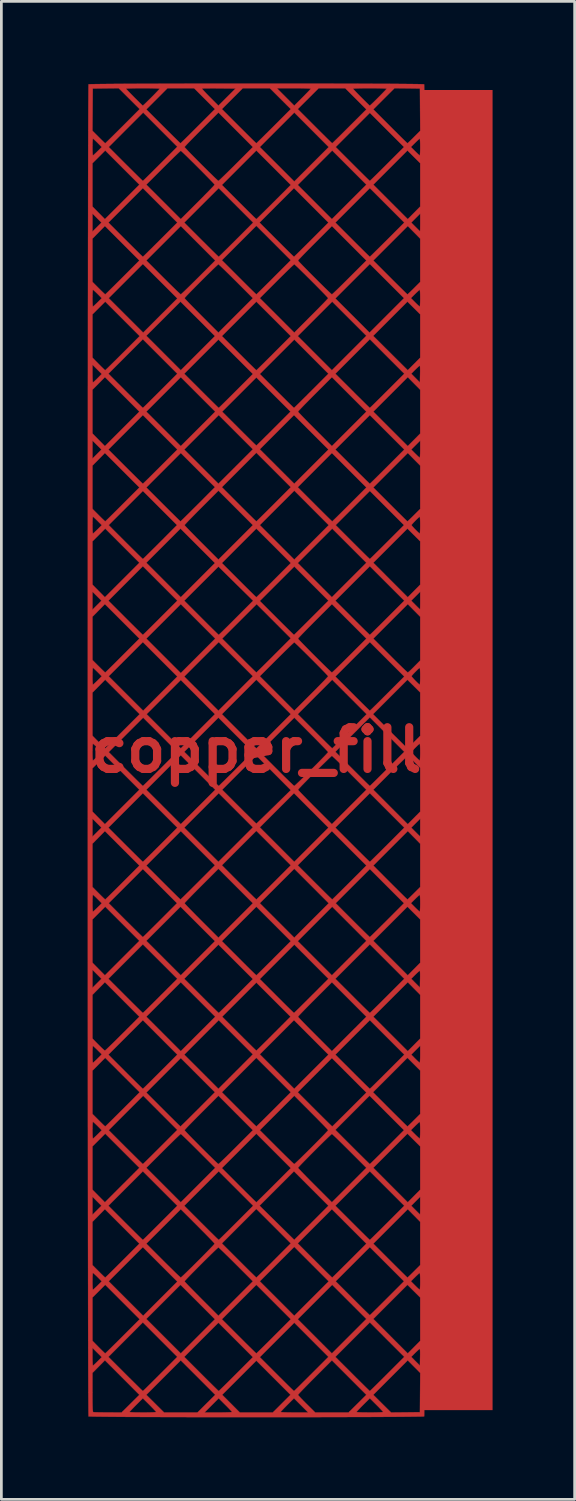
<source format=kicad_pcb>
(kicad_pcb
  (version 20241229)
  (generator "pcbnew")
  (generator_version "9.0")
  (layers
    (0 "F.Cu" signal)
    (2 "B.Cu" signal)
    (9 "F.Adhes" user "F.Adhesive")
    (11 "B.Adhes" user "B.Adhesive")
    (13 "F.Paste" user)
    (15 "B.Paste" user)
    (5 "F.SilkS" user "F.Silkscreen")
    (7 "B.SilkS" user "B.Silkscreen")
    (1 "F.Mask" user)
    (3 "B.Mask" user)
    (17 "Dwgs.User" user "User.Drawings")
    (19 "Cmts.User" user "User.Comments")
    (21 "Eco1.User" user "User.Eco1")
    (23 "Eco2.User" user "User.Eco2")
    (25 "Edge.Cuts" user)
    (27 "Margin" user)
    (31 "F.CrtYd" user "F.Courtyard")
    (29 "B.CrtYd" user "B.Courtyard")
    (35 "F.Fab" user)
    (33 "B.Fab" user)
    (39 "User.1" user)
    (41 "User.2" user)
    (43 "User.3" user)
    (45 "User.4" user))
  (footprint "copper_fill"
    (layer "F.Cu")
    (at 6.321 24.37)
    (property "Reference" "copper_fill" (at 0 0 0) (layer "F.Cu") (effects (font (size 1.524 1.524) (thickness 0.3))))
    (attr through_hole)
    (fp_poly (pts (xy 0.55 -24.365) (xy 0.988 -24.365) (xy 1.423 -24.365) (xy 1.85 -24.364) (xy 2.269 -24.363) (xy 2.677 -24.363) (xy 3.073 -24.362) (xy 3.454 -24.361) (xy 3.818 -24.36) (xy 4.163 -24.358) (xy 4.487 -24.357) (xy 4.788 -24.356) (xy 5.064 -24.354) (xy 5.313 -24.352) (xy 5.534 -24.35) (xy 5.723 -24.348) (xy 5.879 -24.346) (xy 5.999 -24.344) (xy 6.083 -24.341) (xy 6.127 -24.339) (xy 6.134 -24.337) (xy 6.135 -24.315) (xy 6.137 -24.251) (xy 6.138 -24.148) (xy 6.139 -24.004) (xy 6.14 -23.823) (xy 6.142 -23.604) (xy 6.143 -23.349) (xy 6.144 -23.059) (xy 6.145 -22.735) (xy 6.146 -22.377) (xy 6.147 -21.988) (xy 6.148 -21.567) (xy 6.149 -21.116) (xy 6.15 -20.637) (xy 6.151 -20.129) (xy 6.151 -19.594) (xy 6.152 -19.033) (xy 6.153 -18.447) (xy 6.154 -17.837) (xy 6.154 -17.204) (xy 6.155 -16.55) (xy 6.156 -15.874) (xy 6.156 -15.178) (xy 6.157 -14.464) (xy 6.158 -13.732) (xy 6.158 -12.983) (xy 6.159 -12.218) (xy 6.159 -11.438) (xy 6.159 -10.645) (xy 6.16 -9.839) (xy 6.16 -9.021) (xy 6.16 -8.192) (xy 6.161 -7.354) (xy 6.161 -6.507) (xy 6.161 -5.652) (xy 6.161 -4.791) (xy 6.162 -3.924) (xy 6.162 -3.053) (xy 6.162 -2.178) (xy 6.162 -1.3) (xy 6.162 -0.421) (xy 6.162 0.458) (xy 6.162 1.337) (xy 6.162 2.215) (xy 6.162 3.09) (xy 6.162 3.961) (xy 6.161 4.828) (xy 6.161 5.689) (xy 6.161 6.543) (xy 6.161 7.39) (xy 6.16 8.228) (xy 6.16 9.057) (xy 6.16 9.874) (xy 6.159 10.68) (xy 6.159 11.473) (xy 6.158 12.253) (xy 6.158 13.017) (xy 6.157 13.766) (xy 6.157 14.498) (xy 6.156 15.212) (xy 6.156 15.907) (xy 6.155 16.583) (xy 6.154 17.237) (xy 6.154 17.869) (xy 6.153 18.479) (xy 6.152 19.064) (xy 6.151 19.625) (xy 6.151 20.159) (xy 6.15 20.667) (xy 6.149 21.146) (xy 6.148 21.596) (xy 6.147 22.016) (xy 6.146 22.405) (xy 6.145 22.762) (xy 6.144 23.086) (xy 6.143 23.375) (xy 6.142 23.63) (xy 6.14 23.848) (xy 6.139 24.028) (xy 6.138 24.171) (xy 6.137 24.274) (xy 6.135 24.337) (xy 6.134 24.359) (xy 6.111 24.361) (xy 6.047 24.364) (xy 5.945 24.366) (xy 5.806 24.368) (xy 5.634 24.37) (xy 5.429 24.372) (xy 5.195 24.374) (xy 4.932 24.376) (xy 4.643 24.377) (xy 4.331 24.379) (xy 3.996 24.38) (xy 3.641 24.381) (xy 3.269 24.382) (xy 2.881 24.383) (xy 2.479 24.384) (xy 2.065 24.385) (xy 1.642 24.385) (xy 1.211 24.386) (xy 0.774 24.386) (xy 0.334 24.386) (xy -0.108 24.386) (xy -0.55 24.386) (xy -0.988 24.386) (xy -1.423 24.386) (xy -1.85 24.385) (xy -2.269 24.385) (xy -2.677 24.384) (xy -3.073 24.383) (xy -3.454 24.382) (xy -3.818 24.381) (xy -4.163 24.38) (xy -4.487 24.378) (xy -4.788 24.377) (xy -5.064 24.375) (xy -5.313 24.373) (xy -5.534 24.371) (xy -5.723 24.369) (xy -5.879 24.367) (xy -5.999 24.365) (xy -6.083 24.362) (xy -6.127 24.36) (xy -6.134 24.359) (xy -6.135 24.336) (xy -6.137 24.273) (xy -6.138 24.169) (xy -6.139 24.025) (xy -6.14 23.844) (xy -6.142 23.625) (xy -6.143 23.37) (xy -6.144 23.08) (xy -6.145 22.768) (xy -5.99 22.768) (xy -5.99 23.479) (xy -5.99 23.682) (xy -5.989 23.845) (xy -5.987 23.973) (xy -5.984 24.069) (xy -5.979 24.136) (xy -5.974 24.178) (xy -5.967 24.198) (xy -5.964 24.201) (xy -5.936 24.204) (xy -5.872 24.207) (xy -5.778 24.209) (xy -5.66 24.211) (xy -5.525 24.212) (xy -5.431 24.213) (xy -4.924 24.215) (xy -4.908 24.198) (xy -4.636 24.198) (xy -4.615 24.203) (xy -4.559 24.207) (xy -4.472 24.211) (xy -4.36 24.213) (xy -4.229 24.214) (xy -4.149 24.215) (xy -4.01 24.214) (xy -3.887 24.212) (xy -3.785 24.209) (xy -3.71 24.205) (xy -3.669 24.201) (xy -3.662 24.198) (xy -3.676 24.179) (xy -3.716 24.135) (xy -3.775 24.072) (xy -3.85 23.995) (xy -3.905 23.939) (xy -4.149 23.697) (xy -4.392 23.939) (xy -4.474 24.022) (xy -4.544 24.095) (xy -4.598 24.152) (xy -4.629 24.188) (xy -4.636 24.198) (xy -4.908 24.198) (xy -4.6 23.892) (xy -4.275 23.57) (xy -4.022 23.57) (xy -3.698 23.892) (xy -3.373 24.215) (xy -2.151 24.215) (xy -1.894 24.215) (xy -1.392 24.215) (xy -1.251 24.214) (xy -1.125 24.212) (xy -1.021 24.209) (xy -0.943 24.206) (xy -0.898 24.201) (xy -0.889 24.198) (xy -0.903 24.179) (xy -0.943 24.135) (xy -1.002 24.072) (xy -1.077 23.995) (xy -1.133 23.939) (xy -1.376 23.697) (xy -1.894 24.215) (xy -2.151 24.215) (xy -1.827 23.892) (xy -1.502 23.569) (xy -1.503 23.569) (xy -1.249 23.569) (xy -0.926 23.892) (xy -0.604 24.215) (xy 0.604 24.215) (xy 0.62 24.198) (xy 0.889 24.198) (xy 0.909 24.203) (xy 0.966 24.207) (xy 1.053 24.21) (xy 1.166 24.213) (xy 1.297 24.214) (xy 1.392 24.215) (xy 1.894 24.215) (xy 1.376 23.697) (xy 1.133 23.939) (xy 1.051 24.022) (xy 0.98 24.095) (xy 0.927 24.152) (xy 0.895 24.188) (xy 0.889 24.198) (xy 0.62 24.198) (xy 0.926 23.892) (xy 1.248 23.57) (xy 1.524 23.57) (xy 1.538 23.591) (xy 1.579 23.637) (xy 1.64 23.702) (xy 1.719 23.784) (xy 1.81 23.876) (xy 1.838 23.903) (xy 2.152 24.215) (xy 3.373 24.215) (xy 3.389 24.198) (xy 3.662 24.198) (xy 3.682 24.203) (xy 3.739 24.207) (xy 3.826 24.211) (xy 3.937 24.213) (xy 4.068 24.214) (xy 4.149 24.215) (xy 4.287 24.214) (xy 4.41 24.212) (xy 4.512 24.209) (xy 4.587 24.205) (xy 4.629 24.201) (xy 4.636 24.198) (xy 4.621 24.179) (xy 4.582 24.135) (xy 4.522 24.072) (xy 4.448 23.995) (xy 4.392 23.939) (xy 4.149 23.697) (xy 3.905 23.939) (xy 3.823 24.022) (xy 3.753 24.095) (xy 3.7 24.152) (xy 3.668 24.188) (xy 3.662 24.198) (xy 3.389 24.198) (xy 3.698 23.892) (xy 4.022 23.57) (xy 4.275 23.57) (xy 4.6 23.893) (xy 4.925 24.215) (xy 5.452 24.21) (xy 5.98 24.204) (xy 5.985 23.487) (xy 5.991 22.769) (xy 5.535 22.309) (xy 4.905 22.939) (xy 4.275 23.57) (xy 4.022 23.57) (xy 3.392 22.94) (xy 2.763 22.31) (xy 2.143 22.929) (xy 2.01 23.062) (xy 1.887 23.187) (xy 1.776 23.3) (xy 1.682 23.397) (xy 1.607 23.476) (xy 1.554 23.533) (xy 1.527 23.565) (xy 1.524 23.57) (xy 1.248 23.57) (xy 1.249 23.569) (xy 0.624 22.945) (xy 0 22.321) (xy -0.624 22.945) (xy -1.249 23.569) (xy -1.503 23.569) (xy -2.132 22.939) (xy -2.763 22.31) (xy -4.022 23.57) (xy -4.275 23.57) (xy -4.905 22.939) (xy -5.535 22.309) (xy -5.763 22.539) (xy -5.99 22.768) (xy -6.145 22.768) (xy -6.145 22.756) (xy -6.146 22.399) (xy -6.146 22.178) (xy -5.99 22.178) (xy -5.989 22.289) (xy -5.986 22.384) (xy -5.982 22.455) (xy -5.977 22.494) (xy -5.974 22.5) (xy -5.953 22.486) (xy -5.91 22.448) (xy -5.851 22.392) (xy -5.804 22.346) (xy -5.652 22.192) (xy -5.661 22.183) (xy -5.408 22.183) (xy -4.784 22.807) (xy -4.65 22.941) (xy -4.525 23.064) (xy -4.413 23.175) (xy -4.317 23.27) (xy -4.24 23.346) (xy -4.184 23.4) (xy -4.153 23.428) (xy -4.149 23.431) (xy -4.132 23.417) (xy -4.088 23.376) (xy -4.021 23.311) (xy -3.934 23.225) (xy -3.829 23.121) (xy -3.711 23.004) (xy -3.581 22.874) (xy -3.514 22.807) (xy -2.89 22.183) (xy -2.635 22.183) (xy -2.011 22.807) (xy -1.877 22.941) (xy -1.753 23.064) (xy -1.641 23.175) (xy -1.544 23.27) (xy -1.467 23.346) (xy -1.411 23.4) (xy -1.381 23.428) (xy -1.376 23.431) (xy -1.359 23.417) (xy -1.316 23.376) (xy -1.249 23.311) (xy -1.161 23.225) (xy -1.057 23.122) (xy -0.938 23.004) (xy -0.809 22.875) (xy -0.746 22.812) (xy -0.127 22.193) (xy 0.127 22.193) (xy 0.746 22.812) (xy 0.879 22.945) (xy 1.003 23.068) (xy 1.114 23.179) (xy 1.21 23.273) (xy 1.287 23.348) (xy 1.342 23.401) (xy 1.372 23.428) (xy 1.376 23.431) (xy 1.393 23.417) (xy 1.436 23.376) (xy 1.503 23.311) (xy 1.591 23.225) (xy 1.695 23.121) (xy 1.814 23.004) (xy 1.943 22.874) (xy 2.011 22.807) (xy 2.635 22.183) (xy 2.635 22.183) (xy 2.889 22.183) (xy 3.514 22.807) (xy 3.647 22.941) (xy 3.772 23.064) (xy 3.884 23.175) (xy 3.98 23.27) (xy 4.058 23.346) (xy 4.113 23.4) (xy 4.144 23.428) (xy 4.149 23.431) (xy 4.165 23.417) (xy 4.209 23.376) (xy 4.276 23.311) (xy 4.363 23.225) (xy 4.468 23.121) (xy 4.587 23.004) (xy 4.716 22.874) (xy 4.784 22.807) (xy 5.408 22.183) (xy 5.408 22.182) (xy 5.663 22.182) (xy 5.821 22.342) (xy 5.98 22.501) (xy 5.985 22.201) (xy 5.987 22.093) (xy 5.986 22) (xy 5.984 21.931) (xy 5.981 21.894) (xy 5.979 21.89) (xy 5.96 21.899) (xy 5.919 21.932) (xy 5.862 21.985) (xy 5.815 22.03) (xy 5.663 22.182) (xy 5.408 22.182) (xy 4.778 21.553) (xy 4.149 20.923) (xy 2.889 22.183) (xy 2.635 22.183) (xy 2.011 21.558) (xy 1.387 20.934) (xy 0.757 21.563) (xy 0.127 22.193) (xy -0.127 22.193) (xy -0.757 21.563) (xy -1.387 20.934) (xy -2.011 21.558) (xy -2.635 22.183) (xy -2.89 22.183) (xy -2.889 22.183) (xy -4.149 20.923) (xy -4.778 21.553) (xy -5.408 22.183) (xy -5.661 22.183) (xy -5.821 22.024) (xy -5.99 21.856) (xy -5.99 22.178) (xy -6.146 22.178) (xy -6.147 22.009) (xy -6.148 21.588) (xy -6.149 21.138) (xy -6.15 20.658) (xy -6.151 20.15) (xy -6.151 20.012) (xy -5.99 20.012) (xy -5.99 21.596) (xy -5.764 21.826) (xy -5.685 21.906) (xy -5.616 21.973) (xy -5.563 22.024) (xy -5.532 22.052) (xy -5.526 22.056) (xy -5.509 22.041) (xy -5.465 22) (xy -5.398 21.935) (xy -5.31 21.849) (xy -5.205 21.745) (xy -5.086 21.628) (xy -4.957 21.499) (xy -4.889 21.431) (xy -4.265 20.807) (xy -4.276 20.796) (xy -4.022 20.796) (xy -3.392 21.426) (xy -2.762 22.056) (xy -1.514 20.807) (xy -1.514 20.807) (xy -1.259 20.807) (xy -0.635 21.431) (xy -0.501 21.565) (xy -0.377 21.689) (xy -0.265 21.8) (xy -0.168 21.894) (xy -0.091 21.97) (xy -0.035 22.024) (xy -0.005 22.052) (xy 0 22.056) (xy 0.017 22.041) (xy 0.06 22) (xy 0.127 21.935) (xy 0.215 21.849) (xy 0.319 21.746) (xy 0.438 21.628) (xy 0.568 21.499) (xy 0.635 21.431) (xy 1.259 20.807) (xy 1.514 20.807) (xy 2.762 22.056) (xy 3.392 21.426) (xy 4.022 20.796) (xy 4.021 20.796) (xy 4.276 20.796) (xy 4.905 21.426) (xy 5.535 22.056) (xy 5.763 21.827) (xy 5.99 21.597) (xy 5.99 20.012) (xy 5.757 19.78) (xy 5.524 19.548) (xy 4.9 20.172) (xy 4.276 20.796) (xy 4.021 20.796) (xy 3.397 20.172) (xy 2.773 19.548) (xy 1.514 20.807) (xy 1.259 20.807) (xy 0.63 20.177) (xy 0 19.548) (xy -1.259 20.807) (xy -1.514 20.807) (xy -2.143 20.177) (xy -2.773 19.548) (xy -3.397 20.172) (xy -4.022 20.796) (xy -4.276 20.796) (xy -4.895 20.177) (xy -5.524 19.548) (xy -5.757 19.78) (xy -5.99 20.012) (xy -6.151 20.012) (xy -6.151 19.615) (xy -6.152 19.42) (xy -5.99 19.42) (xy -5.989 19.529) (xy -5.986 19.621) (xy -5.982 19.688) (xy -5.977 19.724) (xy -5.975 19.727) (xy -5.954 19.713) (xy -5.911 19.675) (xy -5.852 19.62) (xy -5.805 19.574) (xy -5.651 19.421) (xy -5.653 19.42) (xy -5.398 19.42) (xy -4.768 20.05) (xy -4.138 20.68) (xy -3.514 20.055) (xy -2.889 19.431) (xy -2.9 19.42) (xy -2.625 19.42) (xy -2.61 19.439) (xy -2.569 19.485) (xy -2.504 19.554) (xy -2.418 19.643) (xy -2.314 19.749) (xy -2.197 19.868) (xy -2.068 19.998) (xy -2.006 20.061) (xy -1.387 20.68) (xy -0.757 20.05) (xy -0.127 19.421) (xy -0.128 19.42) (xy 0.127 19.42) (xy 0.757 20.05) (xy 1.386 20.68) (xy 2.016 20.05) (xy 2.646 19.421) (xy 2.645 19.42) (xy 2.9 19.42) (xy 3.519 20.039) (xy 3.652 20.172) (xy 3.776 20.296) (xy 3.887 20.406) (xy 3.983 20.5) (xy 4.06 20.575) (xy 4.115 20.628) (xy 4.144 20.655) (xy 4.149 20.659) (xy 4.165 20.644) (xy 4.209 20.603) (xy 4.276 20.538) (xy 4.363 20.452) (xy 4.468 20.349) (xy 4.586 20.231) (xy 4.716 20.102) (xy 4.779 20.039) (xy 5.398 19.42) (xy 5.397 19.419) (xy 5.651 19.419) (xy 5.804 19.573) (xy 5.87 19.638) (xy 5.925 19.689) (xy 5.962 19.72) (xy 5.974 19.727) (xy 5.98 19.707) (xy 5.984 19.653) (xy 5.988 19.57) (xy 5.99 19.468) (xy 5.99 19.42) (xy 5.989 19.312) (xy 5.986 19.22) (xy 5.982 19.153) (xy 5.977 19.117) (xy 5.975 19.113) (xy 5.954 19.128) (xy 5.911 19.165) (xy 5.852 19.221) (xy 5.805 19.266) (xy 5.651 19.419) (xy 5.397 19.419) (xy 4.149 18.172) (xy 3.524 18.796) (xy 2.9 19.42) (xy 2.645 19.42) (xy 2.016 18.791) (xy 1.387 18.161) (xy 0.127 19.42) (xy -0.128 19.42) (xy -0.746 18.801) (xy -0.88 18.668) (xy -1.004 18.545) (xy -1.117 18.435) (xy -1.214 18.34) (xy -1.293 18.265) (xy -1.349 18.213) (xy -1.381 18.185) (xy -1.386 18.182) (xy -1.406 18.197) (xy -1.451 18.238) (xy -1.518 18.301) (xy -1.603 18.383) (xy -1.702 18.48) (xy -1.812 18.588) (xy -1.928 18.703) (xy -2.046 18.821) (xy -2.163 18.939) (xy -2.275 19.052) (xy -2.378 19.156) (xy -2.468 19.249) (xy -2.541 19.325) (xy -2.593 19.382) (xy -2.621 19.414) (xy -2.625 19.42) (xy -2.9 19.42) (xy -4.149 18.172) (xy -5.398 19.42) (xy -5.653 19.42) (xy -5.804 19.267) (xy -5.87 19.203) (xy -5.925 19.152) (xy -5.962 19.121) (xy -5.974 19.113) (xy -5.98 19.133) (xy -5.984 19.188) (xy -5.988 19.271) (xy -5.99 19.373) (xy -5.99 19.42) (xy -6.152 19.42) (xy -6.152 19.054) (xy -6.153 18.468) (xy -6.154 17.858) (xy -6.154 17.245) (xy -5.99 17.245) (xy -5.99 18.827) (xy -5.763 19.055) (xy -5.684 19.134) (xy -5.615 19.201) (xy -5.562 19.251) (xy -5.531 19.279) (xy -5.525 19.283) (xy -5.508 19.268) (xy -5.464 19.227) (xy -5.397 19.162) (xy -5.31 19.076) (xy -5.205 18.973) (xy -5.087 18.855) (xy -4.958 18.727) (xy -4.895 18.664) (xy -4.276 18.044) (xy -4.022 18.044) (xy -3.403 18.664) (xy -3.269 18.797) (xy -3.144 18.92) (xy -3.032 19.03) (xy -2.935 19.125) (xy -2.856 19.2) (xy -2.799 19.252) (xy -2.768 19.28) (xy -2.763 19.283) (xy -2.743 19.268) (xy -2.698 19.227) (xy -2.629 19.162) (xy -2.54 19.076) (xy -2.434 18.973) (xy -2.315 18.856) (xy -2.186 18.727) (xy -2.133 18.674) (xy -2.001 18.542) (xy -1.879 18.419) (xy -1.769 18.307) (xy -1.677 18.211) (xy -1.603 18.134) (xy -1.552 18.079) (xy -1.526 18.049) (xy -1.524 18.045) (xy -1.532 18.034) (xy -1.259 18.034) (xy -0.635 18.658) (xy -0.501 18.792) (xy -0.377 18.916) (xy -0.265 19.027) (xy -0.168 19.122) (xy -0.091 19.197) (xy -0.035 19.251) (xy -0.005 19.279) (xy 0 19.283) (xy 0.017 19.268) (xy 0.06 19.227) (xy 0.127 19.162) (xy 0.215 19.076) (xy 0.319 18.973) (xy 0.438 18.855) (xy 0.568 18.726) (xy 0.635 18.658) (xy 1.259 18.034) (xy 1.514 18.034) (xy 2.138 18.658) (xy 2.272 18.792) (xy 2.396 18.916) (xy 2.508 19.027) (xy 2.604 19.122) (xy 2.682 19.197) (xy 2.738 19.251) (xy 2.768 19.279) (xy 2.773 19.283) (xy 2.79 19.268) (xy 2.833 19.227) (xy 2.9 19.162) (xy 2.987 19.076) (xy 3.092 18.973) (xy 3.21 18.855) (xy 3.34 18.727) (xy 3.403 18.664) (xy 4.022 18.044) (xy 4.276 18.044) (xy 4.895 18.664) (xy 5.028 18.797) (xy 5.152 18.92) (xy 5.263 19.03) (xy 5.359 19.124) (xy 5.435 19.199) (xy 5.49 19.252) (xy 5.52 19.28) (xy 5.524 19.283) (xy 5.542 19.269) (xy 5.584 19.23) (xy 5.645 19.171) (xy 5.72 19.098) (xy 5.762 19.056) (xy 5.99 18.828) (xy 5.99 17.245) (xy 5.763 17.014) (xy 5.536 16.784) (xy 4.906 17.414) (xy 4.276 18.044) (xy 4.022 18.044) (xy 3.392 17.415) (xy 2.762 16.785) (xy 1.514 18.034) (xy 1.259 18.034) (xy 1.259 18.034) (xy 0.63 17.404) (xy 0 16.775) (xy -1.259 18.034) (xy -1.532 18.034) (xy -1.538 18.026) (xy -1.58 17.98) (xy -1.645 17.911) (xy -1.731 17.822) (xy -1.834 17.716) (xy -1.952 17.597) (xy -2.081 17.467) (xy -2.143 17.404) (xy -2.762 16.785) (xy -3.392 17.415) (xy -4.022 18.044) (xy -4.276 18.044) (xy -4.906 17.414) (xy -5.536 16.784) (xy -5.763 17.014) (xy -5.99 17.245) (xy -6.154 17.245) (xy -6.154 17.226) (xy -6.155 16.986) (xy -5.99 16.986) (xy -5.826 16.822) (xy -5.662 16.658) (xy -5.663 16.658) (xy -5.408 16.658) (xy -4.784 17.283) (xy -4.65 17.416) (xy -4.525 17.54) (xy -4.413 17.651) (xy -4.317 17.746) (xy -4.24 17.822) (xy -4.184 17.875) (xy -4.153 17.903) (xy -4.149 17.907) (xy -4.132 17.893) (xy -4.088 17.851) (xy -4.021 17.786) (xy -3.934 17.7) (xy -3.829 17.597) (xy -3.711 17.479) (xy -3.581 17.35) (xy -3.514 17.283) (xy -2.889 16.658) (xy -2.635 16.658) (xy -2.011 17.283) (xy -1.877 17.416) (xy -1.753 17.54) (xy -1.641 17.651) (xy -1.544 17.746) (xy -1.467 17.822) (xy -1.411 17.875) (xy -1.381 17.903) (xy -1.376 17.907) (xy -1.359 17.893) (xy -1.316 17.851) (xy -1.248 17.786) (xy -1.161 17.7) (xy -1.056 17.597) (xy -0.938 17.479) (xy -0.808 17.35) (xy -0.741 17.283) (xy -0.117 16.658) (xy -0.118 16.656) (xy 0.118 16.656) (xy 0.752 17.28) (xy 1.386 17.904) (xy 2.011 17.281) (xy 2.635 16.658) (xy 2.635 16.658) (xy 2.889 16.658) (xy 3.514 17.283) (xy 3.647 17.416) (xy 3.772 17.54) (xy 3.884 17.651) (xy 3.98 17.746) (xy 4.058 17.822) (xy 4.113 17.875) (xy 4.144 17.903) (xy 4.149 17.907) (xy 4.165 17.893) (xy 4.209 17.851) (xy 4.276 17.786) (xy 4.363 17.7) (xy 4.468 17.597) (xy 4.587 17.479) (xy 4.716 17.35) (xy 4.784 17.283) (xy 5.408 16.658) (xy 5.408 16.658) (xy 5.663 16.658) (xy 5.821 16.817) (xy 5.886 16.882) (xy 5.939 16.934) (xy 5.974 16.967) (xy 5.984 16.976) (xy 5.986 16.956) (xy 5.988 16.901) (xy 5.989 16.818) (xy 5.99 16.714) (xy 5.99 16.653) (xy 5.99 16.33) (xy 5.826 16.494) (xy 5.663 16.658) (xy 5.408 16.658) (xy 4.778 16.028) (xy 4.149 15.399) (xy 2.889 16.658) (xy 2.635 16.658) (xy 1.376 15.399) (xy 0.118 16.656) (xy -0.118 16.656) (xy -0.746 16.028) (xy -1.376 15.399) (xy -2.635 16.658) (xy -2.889 16.658) (xy -4.149 15.399) (xy -4.778 16.028) (xy -5.408 16.658) (xy -5.663 16.658) (xy -5.99 16.33) (xy -5.99 16.986) (xy -6.155 16.986) (xy -6.155 16.571) (xy -6.156 15.895) (xy -6.156 15.2) (xy -6.157 14.488) (xy -5.99 14.488) (xy -5.99 16.072) (xy -5.763 16.302) (xy -5.536 16.532) (xy -4.906 15.902) (xy -4.276 15.272) (xy -4.276 15.271) (xy -4.022 15.271) (xy -3.392 15.901) (xy -2.763 16.531) (xy -2.133 15.902) (xy -1.513 15.282) (xy -1.259 15.282) (xy -0.635 15.907) (xy -0.501 16.04) (xy -0.377 16.164) (xy -0.265 16.275) (xy -0.168 16.37) (xy -0.091 16.446) (xy -0.035 16.499) (xy -0.005 16.528) (xy 0 16.531) (xy 0.017 16.517) (xy 0.06 16.475) (xy 0.127 16.41) (xy 0.215 16.324) (xy 0.319 16.221) (xy 0.438 16.103) (xy 0.568 15.974) (xy 0.635 15.907) (xy 1.259 15.282) (xy 1.248 15.271) (xy 1.524 15.271) (xy 1.538 15.291) (xy 1.58 15.336) (xy 1.645 15.405) (xy 1.731 15.494) (xy 1.834 15.6) (xy 1.952 15.72) (xy 2.081 15.85) (xy 2.143 15.912) (xy 2.762 16.531) (xy 3.392 15.902) (xy 4.022 15.272) (xy 4.021 15.271) (xy 4.276 15.271) (xy 4.905 15.902) (xy 5.535 16.532) (xy 5.763 16.302) (xy 5.99 16.072) (xy 5.99 14.488) (xy 5.757 14.256) (xy 5.524 14.023) (xy 4.9 14.647) (xy 4.276 15.271) (xy 4.021 15.271) (xy 3.403 14.653) (xy 3.269 14.52) (xy 3.144 14.396) (xy 3.032 14.286) (xy 2.935 14.192) (xy 2.856 14.117) (xy 2.799 14.064) (xy 2.768 14.037) (xy 2.763 14.034) (xy 2.743 14.048) (xy 2.698 14.089) (xy 2.631 14.152) (xy 2.546 14.234) (xy 2.446 14.331) (xy 2.337 14.439) (xy 2.221 14.554) (xy 2.103 14.672) (xy 1.985 14.79) (xy 1.874 14.903) (xy 1.771 15.008) (xy 1.681 15.1) (xy 1.608 15.176) (xy 1.555 15.233) (xy 1.528 15.265) (xy 1.524 15.271) (xy 1.248 15.271) (xy 0.63 14.653) (xy 0 14.023) (xy -1.259 15.282) (xy -1.513 15.282) (xy -1.503 15.272) (xy -2.122 14.653) (xy -2.255 14.52) (xy -2.38 14.396) (xy -2.493 14.286) (xy -2.59 14.192) (xy -2.668 14.117) (xy -2.725 14.064) (xy -2.757 14.037) (xy -2.762 14.034) (xy -2.781 14.048) (xy -2.827 14.089) (xy -2.896 14.155) (xy -2.985 14.24) (xy -3.091 14.344) (xy -3.21 14.461) (xy -3.34 14.59) (xy -3.402 14.652) (xy -4.022 15.271) (xy -4.276 15.271) (xy -4.9 14.648) (xy -5.524 14.023) (xy -5.757 14.256) (xy -5.99 14.488) (xy -6.157 14.488) (xy -6.157 14.485) (xy -6.157 13.896) (xy -5.99 13.896) (xy -5.989 14.004) (xy -5.986 14.096) (xy -5.982 14.163) (xy -5.977 14.199) (xy -5.975 14.203) (xy -5.954 14.189) (xy -5.911 14.151) (xy -5.852 14.096) (xy -5.805 14.05) (xy -5.651 13.897) (xy -5.653 13.896) (xy -5.397 13.896) (xy -4.779 14.515) (xy -4.645 14.648) (xy -4.521 14.771) (xy -4.41 14.881) (xy -4.314 14.976) (xy -4.237 15.051) (xy -4.183 15.104) (xy -4.153 15.131) (xy -4.149 15.134) (xy -4.132 15.12) (xy -4.088 15.078) (xy -4.021 15.013) (xy -3.934 14.927) (xy -3.829 14.824) (xy -3.711 14.706) (xy -3.581 14.577) (xy -3.514 14.51) (xy -2.9 13.896) (xy -2.625 13.896) (xy -2.61 13.915) (xy -2.569 13.96) (xy -2.506 14.027) (xy -2.424 14.113) (xy -2.327 14.212) (xy -2.219 14.321) (xy -2.104 14.437) (xy -1.986 14.556) (xy -1.868 14.673) (xy -1.755 14.785) (xy -1.65 14.887) (xy -1.558 14.977) (xy -1.482 15.05) (xy -1.425 15.103) (xy -1.393 15.131) (xy -1.387 15.134) (xy -1.368 15.12) (xy -1.322 15.078) (xy -1.253 15.013) (xy -1.164 14.927) (xy -1.058 14.824) (xy -0.938 14.706) (xy -0.808 14.577) (xy -0.746 14.515) (xy -0.127 13.896) (xy -0.128 13.896) (xy 0.127 13.896) (xy 0.746 14.515) (xy 0.88 14.648) (xy 1.004 14.771) (xy 1.117 14.882) (xy 1.214 14.976) (xy 1.293 15.051) (xy 1.349 15.104) (xy 1.381 15.131) (xy 1.386 15.134) (xy 1.405 15.12) (xy 1.451 15.078) (xy 1.52 15.013) (xy 1.609 14.928) (xy 1.714 14.824) (xy 1.834 14.707) (xy 1.963 14.579) (xy 2.016 14.526) (xy 2.148 14.393) (xy 2.27 14.27) (xy 2.379 14.159) (xy 2.472 14.063) (xy 2.546 13.985) (xy 2.597 13.93) (xy 2.622 13.9) (xy 2.625 13.896) (xy 2.616 13.885) (xy 2.89 13.885) (xy 3.514 14.51) (xy 3.647 14.643) (xy 3.772 14.767) (xy 3.884 14.878) (xy 3.98 14.973) (xy 4.058 15.049) (xy 4.113 15.102) (xy 4.144 15.131) (xy 4.149 15.134) (xy 4.165 15.12) (xy 4.209 15.078) (xy 4.276 15.013) (xy 4.363 14.928) (xy 4.468 14.824) (xy 4.586 14.707) (xy 4.716 14.578) (xy 4.779 14.515) (xy 5.397 13.896) (xy 5.397 13.895) (xy 5.651 13.895) (xy 5.804 14.049) (xy 5.87 14.113) (xy 5.925 14.164) (xy 5.962 14.196) (xy 5.974 14.203) (xy 5.98 14.183) (xy 5.984 14.128) (xy 5.988 14.046) (xy 5.99 13.944) (xy 5.99 13.896) (xy 5.989 13.787) (xy 5.986 13.696) (xy 5.982 13.628) (xy 5.977 13.593) (xy 5.975 13.589) (xy 5.954 13.603) (xy 5.911 13.641) (xy 5.852 13.696) (xy 5.805 13.742) (xy 5.651 13.895) (xy 5.397 13.895) (xy 4.768 13.266) (xy 4.138 12.636) (xy 3.514 13.261) (xy 2.89 13.885) (xy 2.616 13.885) (xy 2.61 13.877) (xy 2.569 13.831) (xy 2.504 13.763) (xy 2.418 13.673) (xy 2.314 13.567) (xy 2.197 13.448) (xy 2.068 13.318) (xy 2.006 13.256) (xy 1.387 12.636) (xy 0.757 13.266) (xy 0.127 13.896) (xy -0.128 13.896) (xy -0.757 13.266) (xy -1.386 12.636) (xy -2.005 13.255) (xy -2.139 13.389) (xy -2.262 13.514) (xy -2.372 13.626) (xy -2.467 13.723) (xy -2.542 13.802) (xy -2.594 13.859) (xy -2.622 13.89) (xy -2.625 13.896) (xy -2.9 13.896) (xy -2.89 13.885) (xy -3.514 13.261) (xy -4.138 12.636) (xy -4.768 13.266) (xy -5.397 13.896) (xy -5.653 13.896) (xy -5.804 13.743) (xy -5.87 13.679) (xy -5.925 13.628) (xy -5.962 13.596) (xy -5.974 13.589) (xy -5.98 13.609) (xy -5.984 13.664) (xy -5.988 13.746) (xy -5.99 13.848) (xy -5.99 13.896) (xy -6.157 13.896) (xy -6.158 13.753) (xy -6.158 13.004) (xy -6.159 12.239) (xy -6.159 11.719) (xy -5.99 11.719) (xy -5.99 13.303) (xy -5.763 13.53) (xy -5.684 13.609) (xy -5.615 13.677) (xy -5.562 13.727) (xy -5.531 13.754) (xy -5.525 13.758) (xy -5.508 13.744) (xy -5.464 13.702) (xy -5.397 13.637) (xy -5.31 13.552) (xy -5.205 13.448) (xy -5.086 13.33) (xy -4.957 13.201) (xy -4.889 13.134) (xy -4.276 12.52) (xy -4.022 12.52) (xy -3.403 13.139) (xy -3.269 13.272) (xy -3.146 13.395) (xy -3.034 13.506) (xy -2.938 13.6) (xy -2.862 13.675) (xy -2.807 13.728) (xy -2.777 13.755) (xy -2.773 13.758) (xy -2.756 13.744) (xy -2.713 13.702) (xy -2.645 13.637) (xy -2.558 13.552) (xy -2.453 13.448) (xy -2.335 13.33) (xy -2.205 13.201) (xy -2.138 13.134) (xy -1.514 12.509) (xy -1.514 12.509) (xy -1.259 12.509) (xy -0.635 13.134) (xy -0.501 13.267) (xy -0.377 13.391) (xy -0.265 13.502) (xy -0.168 13.597) (xy -0.091 13.673) (xy -0.035 13.726) (xy -0.005 13.755) (xy 0 13.758) (xy 0.017 13.744) (xy 0.06 13.702) (xy 0.127 13.637) (xy 0.215 13.552) (xy 0.319 13.448) (xy 0.438 13.33) (xy 0.568 13.201) (xy 0.635 13.134) (xy 1.259 12.509) (xy 1.514 12.509) (xy 2.138 13.134) (xy 2.272 13.267) (xy 2.396 13.391) (xy 2.508 13.502) (xy 2.604 13.597) (xy 2.682 13.673) (xy 2.738 13.726) (xy 2.768 13.755) (xy 2.773 13.758) (xy 2.79 13.744) (xy 2.833 13.703) (xy 2.9 13.637) (xy 2.987 13.552) (xy 3.092 13.448) (xy 3.21 13.331) (xy 3.34 13.202) (xy 3.403 13.139) (xy 4.022 12.52) (xy 4.011 12.509) (xy 4.265 12.509) (xy 4.889 13.134) (xy 5.023 13.267) (xy 5.148 13.391) (xy 5.26 13.502) (xy 5.356 13.597) (xy 5.433 13.673) (xy 5.489 13.726) (xy 5.519 13.755) (xy 5.524 13.758) (xy 5.542 13.744) (xy 5.584 13.705) (xy 5.645 13.646) (xy 5.72 13.573) (xy 5.762 13.531) (xy 5.99 13.304) (xy 5.99 11.715) (xy 5.757 11.483) (xy 5.524 11.25) (xy 4.895 11.88) (xy 4.265 12.509) (xy 4.011 12.509) (xy 3.392 11.89) (xy 2.762 11.261) (xy 1.514 12.509) (xy 1.259 12.509) (xy 1.259 12.509) (xy 0.63 11.88) (xy 0 11.25) (xy -1.259 12.509) (xy -1.514 12.509) (xy -2.762 11.261) (xy -3.392 11.89) (xy -4.022 12.52) (xy -4.276 12.52) (xy -4.265 12.509) (xy -4.895 11.88) (xy -5.525 11.25) (xy -5.99 11.719) (xy -6.159 11.719) (xy -6.159 11.459) (xy -6.159 11.123) (xy -5.99 11.123) (xy -5.989 11.232) (xy -5.986 11.323) (xy -5.982 11.391) (xy -5.977 11.426) (xy -5.975 11.43) (xy -5.954 11.416) (xy -5.911 11.378) (xy -5.852 11.323) (xy -5.805 11.277) (xy -5.661 11.134) (xy -5.408 11.134) (xy -4.784 11.758) (xy -4.65 11.892) (xy -4.525 12.015) (xy -4.413 12.126) (xy -4.317 12.221) (xy -4.24 12.297) (xy -4.184 12.351) (xy -4.153 12.379) (xy -4.149 12.383) (xy -4.132 12.368) (xy -4.088 12.327) (xy -4.021 12.262) (xy -3.934 12.176) (xy -3.829 12.072) (xy -3.711 11.955) (xy -3.581 11.825) (xy -3.514 11.758) (xy -2.889 11.134) (xy -2.635 11.134) (xy -2.011 11.758) (xy -1.387 12.383) (xy -0.757 11.753) (xy -0.127 11.123) (xy -0.127 11.123) (xy 0.127 11.123) (xy 1.386 12.383) (xy 2.011 11.758) (xy 2.635 11.134) (xy 2.635 11.134) (xy 2.889 11.134) (xy 3.514 11.758) (xy 3.647 11.892) (xy 3.772 12.015) (xy 3.884 12.126) (xy 3.98 12.221) (xy 4.058 12.297) (xy 4.113 12.351) (xy 4.144 12.379) (xy 4.149 12.383) (xy 4.165 12.368) (xy 4.209 12.327) (xy 4.276 12.262) (xy 4.363 12.176) (xy 4.468 12.072) (xy 4.587 11.955) (xy 4.716 11.825) (xy 4.784 11.758) (xy 5.408 11.134) (xy 5.408 11.133) (xy 5.663 11.133) (xy 5.81 11.282) (xy 5.874 11.345) (xy 5.928 11.394) (xy 5.964 11.424) (xy 5.974 11.43) (xy 5.979 11.41) (xy 5.984 11.355) (xy 5.988 11.273) (xy 5.99 11.17) (xy 5.99 11.118) (xy 5.99 10.806) (xy 5.826 10.97) (xy 5.663 11.133) (xy 5.408 11.133) (xy 4.778 10.504) (xy 4.149 9.874) (xy 2.889 11.134) (xy 2.635 11.134) (xy 1.376 9.874) (xy 0.751 10.499) (xy 0.127 11.123) (xy -0.127 11.123) (xy -0.751 10.499) (xy -1.376 9.874) (xy -2.635 11.134) (xy -2.889 11.134) (xy -4.149 9.874) (xy -4.778 10.504) (xy -5.408 11.134) (xy -5.661 11.134) (xy -5.651 11.124) (xy -5.804 10.97) (xy -5.87 10.906) (xy -5.925 10.855) (xy -5.962 10.823) (xy -5.974 10.816) (xy -5.98 10.836) (xy -5.984 10.891) (xy -5.988 10.973) (xy -5.99 11.075) (xy -5.99 11.123) (xy -6.159 11.123) (xy -6.159 10.666) (xy -6.16 9.86) (xy -6.16 9.042) (xy -6.16 8.947) (xy -5.99 8.947) (xy -5.99 10.547) (xy -5.774 10.766) (xy -5.696 10.844) (xy -5.628 10.91) (xy -5.574 10.958) (xy -5.542 10.983) (xy -5.536 10.986) (xy -5.517 10.971) (xy -5.471 10.93) (xy -5.402 10.864) (xy -5.312 10.778) (xy -5.206 10.675) (xy -5.087 10.557) (xy -4.957 10.428) (xy -4.895 10.366) (xy -4.276 9.747) (xy -4.022 9.747) (xy -2.763 11.007) (xy -2.133 10.377) (xy -1.503 9.748) (xy -1.503 9.747) (xy -1.249 9.747) (xy -0.63 10.366) (xy -0.497 10.499) (xy -0.373 10.622) (xy -0.261 10.733) (xy -0.166 10.827) (xy -0.089 10.902) (xy -0.034 10.955) (xy -0.004 10.982) (xy 0 10.986) (xy 0.017 10.971) (xy 0.06 10.93) (xy 0.127 10.865) (xy 0.215 10.779) (xy 0.319 10.676) (xy 0.438 10.558) (xy 0.567 10.429) (xy 0.63 10.366) (xy 1.249 9.747) (xy 1.524 9.747) (xy 1.538 9.766) (xy 1.58 9.812) (xy 1.645 9.881) (xy 1.731 9.97) (xy 1.834 10.076) (xy 1.952 10.195) (xy 2.081 10.325) (xy 2.143 10.387) (xy 2.762 11.007) (xy 3.392 10.377) (xy 4.022 9.748) (xy 4.021 9.747) (xy 4.276 9.747) (xy 4.905 10.377) (xy 5.535 11.007) (xy 5.763 10.778) (xy 5.99 10.548) (xy 5.99 8.947) (xy 5.763 8.717) (xy 5.536 8.487) (xy 4.906 9.117) (xy 4.276 9.747) (xy 4.021 9.747) (xy 3.392 9.118) (xy 2.763 8.488) (xy 2.143 9.107) (xy 2.01 9.24) (xy 1.887 9.365) (xy 1.776 9.478) (xy 1.682 9.575) (xy 1.607 9.653) (xy 1.554 9.71) (xy 1.527 9.742) (xy 1.524 9.747) (xy 1.249 9.747) (xy 0.624 9.123) (xy 0 8.499) (xy -0.624 9.123) (xy -1.249 9.747) (xy -1.503 9.747) (xy -2.132 9.118) (xy -2.762 8.488) (xy -3.392 9.117) (xy -4.022 9.747) (xy -4.276 9.747) (xy -4.276 9.747) (xy -4.906 9.117) (xy -5.536 8.487) (xy -5.763 8.717) (xy -5.99 8.947) (xy -6.16 8.947) (xy -6.16 8.689) (xy -5.99 8.689) (xy -5.662 8.361) (xy -5.663 8.361) (xy -5.408 8.361) (xy -4.784 8.985) (xy -4.65 9.119) (xy -4.525 9.243) (xy -4.413 9.354) (xy -4.317 9.448) (xy -4.24 9.524) (xy -4.184 9.578) (xy -4.153 9.606) (xy -4.149 9.61) (xy -4.132 9.595) (xy -4.088 9.554) (xy -4.021 9.489) (xy -3.934 9.403) (xy -3.829 9.3) (xy -3.711 9.182) (xy -3.581 9.053) (xy -3.514 8.985) (xy -2.89 8.361) (xy -2.635 8.361) (xy -2.011 8.985) (xy -1.877 9.119) (xy -1.753 9.243) (xy -1.641 9.354) (xy -1.544 9.448) (xy -1.467 9.524) (xy -1.411 9.578) (xy -1.381 9.606) (xy -1.376 9.61) (xy -1.359 9.595) (xy -1.316 9.554) (xy -1.249 9.489) (xy -1.161 9.403) (xy -1.057 9.3) (xy -0.938 9.182) (xy -0.809 9.053) (xy -0.746 8.99) (xy -0.127 8.371) (xy 0.127 8.371) (xy 0.746 8.99) (xy 0.879 9.123) (xy 1.003 9.247) (xy 1.114 9.357) (xy 1.21 9.451) (xy 1.287 9.526) (xy 1.342 9.579) (xy 1.372 9.606) (xy 1.376 9.61) (xy 1.393 9.595) (xy 1.436 9.554) (xy 1.503 9.489) (xy 1.591 9.403) (xy 1.695 9.3) (xy 1.814 9.182) (xy 1.943 9.053) (xy 2.011 8.985) (xy 2.635 8.361) (xy 2.635 8.361) (xy 2.889 8.361) (xy 3.514 8.985) (xy 3.647 9.119) (xy 3.772 9.243) (xy 3.884 9.354) (xy 3.98 9.448) (xy 4.058 9.524) (xy 4.113 9.578) (xy 4.144 9.606) (xy 4.149 9.61) (xy 4.165 9.595) (xy 4.209 9.554) (xy 4.276 9.489) (xy 4.363 9.403) (xy 4.468 9.3) (xy 4.587 9.182) (xy 4.716 9.053) (xy 4.784 8.985) (xy 5.408 8.361) (xy 5.408 8.36) (xy 5.663 8.36) (xy 5.821 8.52) (xy 5.98 8.68) (xy 5.985 8.38) (xy 5.987 8.271) (xy 5.986 8.179) (xy 5.984 8.11) (xy 5.981 8.072) (xy 5.979 8.068) (xy 5.96 8.077) (xy 5.919 8.11) (xy 5.862 8.163) (xy 5.815 8.208) (xy 5.663 8.36) (xy 5.408 8.36) (xy 4.149 7.102) (xy 3.519 7.731) (xy 2.889 8.361) (xy 2.635 8.361) (xy 2.011 7.736) (xy 1.387 7.112) (xy 0.757 7.742) (xy 0.127 8.371) (xy -0.127 8.371) (xy -0.757 7.742) (xy -1.387 7.112) (xy -2.011 7.736) (xy -2.635 8.361) (xy -2.89 8.361) (xy -2.889 8.361) (xy -3.519 7.731) (xy -4.149 7.102) (xy -5.408 8.361) (xy -5.663 8.361) (xy -5.99 8.033) (xy -5.99 8.689) (xy -6.16 8.689) (xy -6.16 8.213) (xy -6.161 7.375) (xy -6.161 6.528) (xy -6.161 6.191) (xy -5.99 6.191) (xy -5.99 7.774) (xy -5.763 8.005) (xy -5.536 8.235) (xy -4.906 7.605) (xy -4.276 6.975) (xy -4.276 6.974) (xy -4.022 6.974) (xy -3.392 7.604) (xy -2.762 8.234) (xy -2.138 7.609) (xy -1.514 6.985) (xy -1.514 6.985) (xy -1.259 6.985) (xy -0.635 7.609) (xy -0.501 7.743) (xy -0.377 7.867) (xy -0.265 7.978) (xy -0.168 8.073) (xy -0.091 8.148) (xy -0.035 8.202) (xy -0.005 8.23) (xy 0 8.234) (xy 0.017 8.219) (xy 0.06 8.178) (xy 0.127 8.113) (xy 0.215 8.027) (xy 0.319 7.924) (xy 0.438 7.806) (xy 0.568 7.677) (xy 0.635 7.609) (xy 1.259 6.985) (xy 1.514 6.985) (xy 2.762 8.234) (xy 3.392 7.604) (xy 4.022 6.975) (xy 4.021 6.974) (xy 4.276 6.974) (xy 4.905 7.604) (xy 5.535 8.235) (xy 5.763 8.005) (xy 5.99 7.775) (xy 5.99 6.191) (xy 5.757 5.958) (xy 5.524 5.726) (xy 4.9 6.35) (xy 4.276 6.974) (xy 4.021 6.974) (xy 3.397 6.35) (xy 2.773 5.726) (xy 1.514 6.985) (xy 1.259 6.985) (xy 0.63 6.355) (xy 0 5.726) (xy -1.259 6.985) (xy -1.514 6.985) (xy -2.773 5.726) (xy -4.022 6.974) (xy -4.276 6.974) (xy -5.524 5.726) (xy -5.757 5.958) (xy -5.99 6.191) (xy -6.161 6.191) (xy -6.161 5.673) (xy -6.161 5.599) (xy -5.99 5.599) (xy -5.989 5.707) (xy -5.986 5.799) (xy -5.982 5.866) (xy -5.977 5.902) (xy -5.975 5.905) (xy -5.954 5.891) (xy -5.911 5.854) (xy -5.852 5.798) (xy -5.805 5.753) (xy -5.651 5.6) (xy -5.653 5.598) (xy -5.398 5.598) (xy -4.779 6.218) (xy -4.645 6.351) (xy -4.521 6.474) (xy -4.41 6.584) (xy -4.314 6.678) (xy -4.237 6.753) (xy -4.183 6.806) (xy -4.153 6.834) (xy -4.149 6.837) (xy -4.132 6.822) (xy -4.088 6.781) (xy -4.021 6.716) (xy -3.934 6.63) (xy -3.83 6.527) (xy -3.711 6.409) (xy -3.582 6.281) (xy -3.519 6.218) (xy -2.9 5.598) (xy -2.625 5.598) (xy -2.61 5.617) (xy -2.569 5.663) (xy -2.504 5.732) (xy -2.418 5.821) (xy -2.314 5.927) (xy -2.197 6.047) (xy -2.068 6.177) (xy -2.006 6.239) (xy -1.387 6.858) (xy -0.127 5.599) (xy -0.128 5.598) (xy 0.127 5.598) (xy 0.757 6.228) (xy 1.386 6.858) (xy 2.016 6.228) (xy 2.646 5.599) (xy 2.645 5.598) (xy 2.9 5.598) (xy 3.519 6.218) (xy 3.652 6.351) (xy 3.776 6.474) (xy 3.887 6.584) (xy 3.983 6.678) (xy 4.06 6.753) (xy 4.115 6.806) (xy 4.144 6.834) (xy 4.149 6.837) (xy 4.165 6.822) (xy 4.209 6.781) (xy 4.276 6.716) (xy 4.363 6.63) (xy 4.468 6.527) (xy 4.586 6.409) (xy 4.716 6.281) (xy 4.779 6.218) (xy 5.398 5.598) (xy 5.397 5.598) (xy 5.651 5.598) (xy 5.804 5.752) (xy 5.87 5.816) (xy 5.925 5.867) (xy 5.962 5.898) (xy 5.974 5.905) (xy 5.98 5.886) (xy 5.984 5.831) (xy 5.988 5.748) (xy 5.99 5.646) (xy 5.99 5.599) (xy 5.989 5.49) (xy 5.986 5.398) (xy 5.982 5.331) (xy 5.977 5.295) (xy 5.975 5.292) (xy 5.954 5.306) (xy 5.911 5.344) (xy 5.852 5.399) (xy 5.805 5.445) (xy 5.651 5.598) (xy 5.397 5.598) (xy 4.773 4.974) (xy 4.149 4.35) (xy 3.524 4.974) (xy 2.9 5.598) (xy 2.645 5.598) (xy 1.387 4.339) (xy 0.757 4.969) (xy 0.127 5.598) (xy -0.128 5.598) (xy -0.757 4.969) (xy -1.386 4.339) (xy -2.005 4.958) (xy -2.139 5.092) (xy -2.262 5.216) (xy -2.372 5.329) (xy -2.467 5.426) (xy -2.542 5.505) (xy -2.594 5.561) (xy -2.622 5.593) (xy -2.625 5.598) (xy -2.9 5.598) (xy -3.524 4.974) (xy -4.149 4.35) (xy -4.773 4.974) (xy -5.398 5.598) (xy -5.653 5.598) (xy -5.804 5.446) (xy -5.87 5.381) (xy -5.925 5.33) (xy -5.962 5.299) (xy -5.974 5.292) (xy -5.98 5.312) (xy -5.984 5.366) (xy -5.988 5.449) (xy -5.99 5.551) (xy -5.99 5.599) (xy -6.161 5.599) (xy -6.161 4.812) (xy -6.162 3.945) (xy -6.162 3.423) (xy -5.99 3.423) (xy -5.99 5.005) (xy -5.763 5.233) (xy -5.684 5.312) (xy -5.615 5.379) (xy -5.562 5.429) (xy -5.531 5.457) (xy -5.525 5.461) (xy -5.508 5.447) (xy -5.464 5.405) (xy -5.397 5.34) (xy -5.31 5.254) (xy -5.205 5.151) (xy -5.087 5.034) (xy -4.958 4.905) (xy -4.895 4.842) (xy -4.276 4.222) (xy -4.022 4.222) (xy -3.403 4.842) (xy -3.269 4.975) (xy -3.146 5.098) (xy -3.034 5.208) (xy -2.938 5.303) (xy -2.862 5.378) (xy -2.807 5.43) (xy -2.777 5.458) (xy -2.773 5.461) (xy -2.756 5.447) (xy -2.713 5.405) (xy -2.645 5.34) (xy -2.558 5.254) (xy -2.453 5.151) (xy -2.335 5.033) (xy -2.205 4.904) (xy -2.138 4.837) (xy -1.514 4.212) (xy -1.514 4.212) (xy -1.259 4.212) (xy -0.635 4.837) (xy -0.501 4.97) (xy -0.377 5.094) (xy -0.265 5.205) (xy -0.168 5.3) (xy -0.091 5.376) (xy -0.035 5.429) (xy -0.005 5.457) (xy 0 5.461) (xy 0.017 5.447) (xy 0.06 5.405) (xy 0.127 5.34) (xy 0.215 5.254) (xy 0.319 5.151) (xy 0.438 5.033) (xy 0.568 4.904) (xy 0.635 4.837) (xy 1.259 4.212) (xy 1.514 4.212) (xy 2.138 4.837) (xy 2.272 4.97) (xy 2.396 5.094) (xy 2.508 5.205) (xy 2.604 5.3) (xy 2.682 5.376) (xy 2.738 5.429) (xy 2.768 5.457) (xy 2.773 5.461) (xy 2.79 5.447) (xy 2.833 5.405) (xy 2.9 5.34) (xy 2.987 5.254) (xy 3.092 5.151) (xy 3.21 5.034) (xy 3.34 4.905) (xy 3.403 4.842) (xy 4.022 4.222) (xy 4.276 4.222) (xy 4.895 4.842) (xy 5.028 4.975) (xy 5.152 5.098) (xy 5.263 5.208) (xy 5.359 5.303) (xy 5.435 5.378) (xy 5.49 5.43) (xy 5.52 5.458) (xy 5.524 5.461) (xy 5.542 5.447) (xy 5.584 5.408) (xy 5.645 5.349) (xy 5.72 5.276) (xy 5.762 5.234) (xy 5.99 5.007) (xy 5.99 3.423) (xy 5.763 3.192) (xy 5.536 2.962) (xy 4.906 3.592) (xy 4.276 4.222) (xy 4.022 4.222) (xy 3.392 3.593) (xy 2.762 2.963) (xy 1.514 4.212) (xy 1.259 4.212) (xy 1.259 4.212) (xy 0.63 3.582) (xy 0 2.953) (xy -0.63 3.582) (xy -1.259 4.212) (xy -1.514 4.212) (xy -2.762 2.963) (xy -3.392 3.593) (xy -4.022 4.222) (xy -4.276 4.222) (xy -4.906 3.592) (xy -5.536 2.962) (xy -5.763 3.192) (xy -5.99 3.423) (xy -6.162 3.423) (xy -6.162 3.164) (xy -5.99 3.164) (xy -5.662 2.836) (xy -5.663 2.836) (xy -5.408 2.836) (xy -4.784 3.461) (xy -4.65 3.594) (xy -4.525 3.718) (xy -4.413 3.829) (xy -4.317 3.924) (xy -4.24 4) (xy -4.184 4.053) (xy -4.153 4.082) (xy -4.149 4.085) (xy -4.132 4.071) (xy -4.088 4.029) (xy -4.021 3.964) (xy -3.934 3.878) (xy -3.829 3.775) (xy -3.711 3.657) (xy -3.581 3.528) (xy -3.514 3.461) (xy -2.889 2.836) (xy -2.635 2.836) (xy -2.011 3.461) (xy -1.387 4.085) (xy -0.757 3.456) (xy -0.127 2.826) (xy -0.127 2.825) (xy 0.127 2.825) (xy 0.757 3.455) (xy 1.386 4.085) (xy 2.011 3.461) (xy 2.635 2.836) (xy 2.635 2.836) (xy 2.889 2.836) (xy 3.514 3.461) (xy 3.647 3.594) (xy 3.772 3.718) (xy 3.884 3.829) (xy 3.98 3.924) (xy 4.058 4) (xy 4.113 4.053) (xy 4.144 4.082) (xy 4.149 4.085) (xy 4.165 4.071) (xy 4.209 4.029) (xy 4.276 3.964) (xy 4.363 3.878) (xy 4.468 3.775) (xy 4.587 3.657) (xy 4.716 3.528) (xy 4.784 3.461) (xy 5.408 2.836) (xy 5.408 2.836) (xy 5.663 2.836) (xy 5.821 2.995) (xy 5.886 3.06) (xy 5.939 3.112) (xy 5.974 3.145) (xy 5.984 3.154) (xy 5.986 3.134) (xy 5.988 3.079) (xy 5.989 2.996) (xy 5.99 2.893) (xy 5.99 2.831) (xy 5.99 2.509) (xy 5.663 2.836) (xy 5.408 2.836) (xy 4.149 1.577) (xy 3.519 2.207) (xy 2.889 2.836) (xy 2.635 2.836) (xy 2.006 2.207) (xy 1.376 1.577) (xy 0.751 2.201) (xy 0.127 2.825) (xy -0.127 2.825) (xy -0.751 2.201) (xy -1.376 1.577) (xy -2.005 2.207) (xy -2.635 2.836) (xy -2.889 2.836) (xy -3.519 2.207) (xy -4.149 1.577) (xy -5.408 2.836) (xy -5.663 2.836) (xy -5.99 2.509) (xy -5.99 3.164) (xy -6.162 3.164) (xy -6.162 3.074) (xy -6.162 2.199) (xy -6.162 1.322) (xy -6.162 0.666) (xy -5.99 0.666) (xy -5.99 2.25) (xy -5.763 2.48) (xy -5.536 2.71) (xy -4.906 2.08) (xy -4.276 1.45) (xy -4.276 1.45) (xy -4.022 1.45) (xy -3.392 2.079) (xy -2.763 2.709) (xy -2.133 2.08) (xy -1.503 1.45) (xy -1.503 1.45) (xy -1.249 1.45) (xy -0.63 2.069) (xy -0.497 2.202) (xy -0.373 2.325) (xy -0.261 2.435) (xy -0.166 2.53) (xy -0.089 2.605) (xy -0.034 2.657) (xy -0.004 2.685) (xy -0.000135 2.688) (xy 0.017 2.674) (xy 0.061 2.633) (xy 0.128 2.568) (xy 0.217 2.483) (xy 0.322 2.381) (xy 0.442 2.265) (xy 0.572 2.137) (xy 0.635 2.076) (xy 1.259 1.464) (xy 1.245 1.45) (xy 1.524 1.45) (xy 1.538 1.469) (xy 1.58 1.514) (xy 1.645 1.583) (xy 1.731 1.672) (xy 1.834 1.778) (xy 1.952 1.898) (xy 2.081 2.028) (xy 2.143 2.09) (xy 2.762 2.709) (xy 3.392 2.08) (xy 4.022 1.45) (xy 4.021 1.45) (xy 4.276 1.45) (xy 4.905 2.08) (xy 5.535 2.71) (xy 5.763 2.48) (xy 5.99 2.251) (xy 5.99 0.65) (xy 5.774 0.431) (xy 5.696 0.353) (xy 5.628 0.287) (xy 5.574 0.239) (xy 5.542 0.214) (xy 5.536 0.212) (xy 5.517 0.226) (xy 5.471 0.268) (xy 5.402 0.333) (xy 5.313 0.419) (xy 5.207 0.522) (xy 5.087 0.64) (xy 4.957 0.769) (xy 4.895 0.831) (xy 4.276 1.45) (xy 4.021 1.45) (xy 3.403 0.831) (xy 3.269 0.698) (xy 3.144 0.574) (xy 3.032 0.464) (xy 2.935 0.37) (xy 2.856 0.295) (xy 2.799 0.242) (xy 2.768 0.215) (xy 2.763 0.212) (xy 2.743 0.226) (xy 2.698 0.267) (xy 2.631 0.33) (xy 2.546 0.413) (xy 2.446 0.51) (xy 2.337 0.617) (xy 2.221 0.732) (xy 2.103 0.851) (xy 1.985 0.968) (xy 1.874 1.081) (xy 1.771 1.186) (xy 1.681 1.278) (xy 1.608 1.355) (xy 1.555 1.411) (xy 1.528 1.444) (xy 1.524 1.45) (xy 1.245 1.45) (xy 0.00009 0.201) (xy -1.249 1.45) (xy -1.503 1.45) (xy -2.132 0.82) (xy -2.762 0.19) (xy -3.392 0.82) (xy -4.022 1.45) (xy -4.276 1.45) (xy -5.524 0.201) (xy -5.757 0.434) (xy -5.99 0.666) (xy -6.162 0.666) (xy -6.162 0.443) (xy -6.162 0.074) (xy -5.99 0.074) (xy -5.989 0.183) (xy -5.986 0.274) (xy -5.982 0.342) (xy -5.977 0.377) (xy -5.975 0.381) (xy -5.954 0.367) (xy -5.911 0.329) (xy -5.852 0.274) (xy -5.805 0.228) (xy -5.651 0.075) (xy -5.653 0.074) (xy -5.397 0.074) (xy -4.779 0.693) (xy -4.645 0.826) (xy -4.521 0.949) (xy -4.41 1.06) (xy -4.314 1.154) (xy -4.237 1.229) (xy -4.183 1.282) (xy -4.153 1.309) (xy -4.149 1.312) (xy -4.132 1.298) (xy -4.088 1.256) (xy -4.021 1.191) (xy -3.934 1.106) (xy -3.829 1.002) (xy -3.711 0.884) (xy -3.581 0.755) (xy -3.514 0.688) (xy -2.89 0.064) (xy -2.635 0.064) (xy -2.011 0.688) (xy -1.877 0.821) (xy -1.753 0.945) (xy -1.641 1.056) (xy -1.544 1.151) (xy -1.467 1.227) (xy -1.411 1.28) (xy -1.381 1.309) (xy -1.376 1.312) (xy -1.359 1.298) (xy -1.316 1.257) (xy -1.249 1.191) (xy -1.161 1.106) (xy -1.057 1.002) (xy -0.938 0.885) (xy -0.809 0.756) (xy -0.746 0.693) (xy -0.127 0.074) (xy 0.127 0.074) (xy 0.746 0.693) (xy 0.88 0.826) (xy 1.004 0.95) (xy 1.117 1.06) (xy 1.214 1.154) (xy 1.293 1.229) (xy 1.349 1.282) (xy 1.381 1.309) (xy 1.386 1.312) (xy 1.405 1.298) (xy 1.451 1.256) (xy 1.52 1.191) (xy 1.609 1.106) (xy 1.714 1.003) (xy 1.834 0.885) (xy 1.963 0.757) (xy 2.016 0.704) (xy 2.148 0.572) (xy 2.27 0.448) (xy 2.379 0.337) (xy 2.472 0.241) (xy 2.546 0.164) (xy 2.597 0.108) (xy 2.622 0.079) (xy 2.625 0.074) (xy 2.616 0.063) (xy 2.889 0.063) (xy 3.514 0.688) (xy 3.647 0.821) (xy 3.772 0.945) (xy 3.884 1.056) (xy 3.98 1.151) (xy 4.058 1.227) (xy 4.113 1.28) (xy 4.144 1.309) (xy 4.149 1.312) (xy 4.165 1.298) (xy 4.209 1.256) (xy 4.276 1.191) (xy 4.363 1.106) (xy 4.468 1.002) (xy 4.587 0.884) (xy 4.716 0.755) (xy 4.784 0.688) (xy 5.398 0.073) (xy 5.673 0.073) (xy 5.687 0.096) (xy 5.724 0.14) (xy 5.775 0.196) (xy 5.834 0.256) (xy 5.891 0.312) (xy 5.939 0.356) (xy 5.969 0.379) (xy 5.974 0.381) (xy 5.98 0.361) (xy 5.984 0.306) (xy 5.988 0.224) (xy 5.99 0.122) (xy 5.99 0.074) (xy 5.989 -0.034) (xy 5.986 -0.126) (xy 5.982 -0.193) (xy 5.977 -0.229) (xy 5.975 -0.233) (xy 5.952 -0.218) (xy 5.909 -0.181) (xy 5.854 -0.128) (xy 5.795 -0.069) (xy 5.74 -0.011) (xy 5.697 0.037) (xy 5.674 0.068) (xy 5.673 0.073) (xy 5.398 0.073) (xy 5.408 0.063) (xy 4.149 -1.196) (xy 3.519 -0.566) (xy 2.889 0.063) (xy 2.616 0.063) (xy 2.61 0.055) (xy 2.569 0.01) (xy 2.504 -0.059) (xy 2.418 -0.148) (xy 2.314 -0.254) (xy 2.197 -0.374) (xy 2.068 -0.504) (xy 2.006 -0.566) (xy 1.387 -1.185) (xy 0.757 -0.556) (xy 0.127 0.074) (xy -0.127 0.074) (xy -0.757 -0.556) (xy -1.387 -1.185) (xy -2.011 -0.561) (xy -2.635 0.064) (xy -2.89 0.064) (xy -3.514 -0.561) (xy -4.138 -1.185) (xy -4.768 -0.556) (xy -5.397 0.074) (xy -5.653 0.074) (xy -5.804 -0.079) (xy -5.87 -0.143) (xy -5.925 -0.194) (xy -5.962 -0.226) (xy -5.974 -0.233) (xy -5.98 -0.213) (xy -5.984 -0.158) (xy -5.988 -0.076) (xy -5.99 0.026) (xy -5.99 0.074) (xy -6.162 0.074) (xy -6.162 -0.437) (xy -6.162 -1.316) (xy -6.162 -2.102) (xy -5.99 -2.102) (xy -5.99 -0.523) (xy -5.764 -0.293) (xy -5.685 -0.214) (xy -5.616 -0.146) (xy -5.563 -0.096) (xy -5.532 -0.068) (xy -5.526 -0.064) (xy -5.509 -0.078) (xy -5.465 -0.119) (xy -5.398 -0.185) (xy -5.31 -0.27) (xy -5.205 -0.374) (xy -5.086 -0.492) (xy -4.957 -0.621) (xy -4.889 -0.688) (xy -4.265 -1.312) (xy -4.011 -1.312) (xy -3.387 -0.688) (xy -2.762 -0.063) (xy -2.138 -0.688) (xy -1.514 -1.312) (xy -1.514 -1.312) (xy -1.259 -1.312) (xy -0.635 -0.688) (xy -0.501 -0.554) (xy -0.377 -0.431) (xy -0.265 -0.32) (xy -0.168 -0.225) (xy -0.091 -0.149) (xy -0.035 -0.095) (xy -0.005 -0.067) (xy 0 -0.064) (xy 0.017 -0.078) (xy 0.06 -0.119) (xy 0.127 -0.184) (xy 0.215 -0.27) (xy 0.319 -0.374) (xy 0.438 -0.491) (xy 0.568 -0.621) (xy 0.635 -0.688) (xy 1.259 -1.312) (xy 1.514 -1.312) (xy 2.138 -0.688) (xy 2.272 -0.554) (xy 2.396 -0.431) (xy 2.508 -0.32) (xy 2.604 -0.225) (xy 2.682 -0.149) (xy 2.738 -0.095) (xy 2.768 -0.067) (xy 2.773 -0.064) (xy 2.79 -0.078) (xy 2.833 -0.119) (xy 2.9 -0.184) (xy 2.988 -0.27) (xy 3.092 -0.374) (xy 3.211 -0.491) (xy 3.34 -0.621) (xy 3.408 -0.688) (xy 4.032 -1.312) (xy 4.265 -1.312) (xy 4.889 -0.688) (xy 5.023 -0.554) (xy 5.148 -0.431) (xy 5.26 -0.32) (xy 5.356 -0.225) (xy 5.433 -0.149) (xy 5.489 -0.095) (xy 5.519 -0.067) (xy 5.524 -0.064) (xy 5.542 -0.078) (xy 5.584 -0.117) (xy 5.645 -0.175) (xy 5.72 -0.249) (xy 5.762 -0.291) (xy 5.99 -0.518) (xy 5.99 -2.107) (xy 5.757 -2.339) (xy 5.524 -2.571) (xy 4.265 -1.312) (xy 4.032 -1.312) (xy 2.773 -2.572) (xy 2.143 -1.942) (xy 1.514 -1.312) (xy 1.259 -1.312) (xy 0.63 -1.942) (xy 0 -2.572) (xy -0.63 -1.942) (xy -1.259 -1.312) (xy -1.514 -1.312) (xy -2.138 -1.937) (xy -2.762 -2.561) (xy -3.386 -1.937) (xy -4.011 -1.312) (xy -4.265 -1.312) (xy -5.525 -2.572) (xy -5.99 -2.102) (xy -6.162 -2.102) (xy -6.162 -2.193) (xy -6.162 -2.699) (xy -5.99 -2.699) (xy -5.989 -2.59) (xy -5.986 -2.499) (xy -5.982 -2.431) (xy -5.977 -2.396) (xy -5.975 -2.392) (xy -5.954 -2.406) (xy -5.911 -2.444) (xy -5.852 -2.499) (xy -5.805 -2.545) (xy -5.651 -2.698) (xy -5.653 -2.699) (xy -5.398 -2.699) (xy -4.768 -2.069) (xy -4.138 -1.439) (xy -3.514 -2.064) (xy -2.889 -2.688) (xy -2.889 -2.688) (xy -2.635 -2.688) (xy -2.011 -2.064) (xy -1.387 -1.439) (xy -0.757 -2.069) (xy -0.127 -2.699) (xy -0.127 -2.699) (xy 0.127 -2.699) (xy 0.757 -2.069) (xy 1.386 -1.439) (xy 2.005 -2.058) (xy 2.139 -2.192) (xy 2.262 -2.317) (xy 2.372 -2.429) (xy 2.467 -2.526) (xy 2.542 -2.605) (xy 2.594 -2.662) (xy 2.617 -2.688) (xy 2.889 -2.688) (xy 3.514 -2.064) (xy 3.647 -1.93) (xy 3.772 -1.806) (xy 3.884 -1.695) (xy 3.98 -1.601) (xy 4.058 -1.525) (xy 4.113 -1.471) (xy 4.144 -1.443) (xy 4.149 -1.439) (xy 4.165 -1.454) (xy 4.209 -1.495) (xy 4.276 -1.56) (xy 4.363 -1.646) (xy 4.468 -1.749) (xy 4.587 -1.867) (xy 4.716 -1.996) (xy 4.784 -2.064) (xy 5.408 -2.688) (xy 5.396 -2.7) (xy 5.673 -2.7) (xy 5.687 -2.677) (xy 5.724 -2.633) (xy 5.775 -2.577) (xy 5.834 -2.517) (xy 5.891 -2.46) (xy 5.939 -2.417) (xy 5.969 -2.394) (xy 5.974 -2.392) (xy 5.98 -2.412) (xy 5.984 -2.467) (xy 5.988 -2.549) (xy 5.99 -2.651) (xy 5.99 -2.699) (xy 5.989 -2.807) (xy 5.986 -2.899) (xy 5.982 -2.966) (xy 5.977 -3.002) (xy 5.975 -3.006) (xy 5.952 -2.991) (xy 5.909 -2.954) (xy 5.854 -2.901) (xy 5.795 -2.842) (xy 5.74 -2.784) (xy 5.697 -2.735) (xy 5.674 -2.705) (xy 5.673 -2.7) (xy 5.396 -2.7) (xy 4.149 -3.947) (xy 3.519 -3.318) (xy 2.889 -2.688) (xy 2.617 -2.688) (xy 2.622 -2.693) (xy 2.625 -2.698) (xy 2.61 -2.718) (xy 2.569 -2.763) (xy 2.506 -2.83) (xy 2.424 -2.915) (xy 2.327 -3.015) (xy 2.219 -3.124) (xy 2.104 -3.24) (xy 1.986 -3.358) (xy 1.868 -3.476) (xy 1.755 -3.587) (xy 1.65 -3.69) (xy 1.558 -3.78) (xy 1.482 -3.853) (xy 1.425 -3.906) (xy 1.393 -3.933) (xy 1.387 -3.937) (xy 1.368 -3.923) (xy 1.322 -3.881) (xy 1.253 -3.816) (xy 1.164 -3.73) (xy 1.058 -3.627) (xy 0.938 -3.509) (xy 0.808 -3.38) (xy 0.746 -3.318) (xy 0.127 -2.699) (xy -0.127 -2.699) (xy -0.751 -3.323) (xy -1.376 -3.947) (xy -2.005 -3.318) (xy -2.635 -2.688) (xy -2.889 -2.688) (xy -3.519 -3.318) (xy -4.149 -3.947) (xy -4.773 -3.323) (xy -5.398 -2.699) (xy -5.653 -2.699) (xy -5.804 -2.852) (xy -5.87 -2.916) (xy -5.925 -2.967) (xy -5.962 -2.999) (xy -5.974 -3.006) (xy -5.98 -2.986) (xy -5.984 -2.931) (xy -5.988 -2.849) (xy -5.99 -2.746) (xy -5.99 -2.699) (xy -6.162 -2.699) (xy -6.162 -3.068) (xy -6.162 -3.94) (xy -6.161 -4.806) (xy -6.161 -4.875) (xy -5.99 -4.875) (xy -5.99 -3.292) (xy -5.763 -3.064) (xy -5.684 -2.985) (xy -5.615 -2.918) (xy -5.562 -2.868) (xy -5.531 -2.84) (xy -5.525 -2.836) (xy -5.508 -2.851) (xy -5.464 -2.892) (xy -5.397 -2.957) (xy -5.31 -3.043) (xy -5.205 -3.146) (xy -5.087 -3.264) (xy -4.958 -3.393) (xy -4.895 -3.456) (xy -4.276 -4.075) (xy -4.022 -4.075) (xy -3.392 -3.445) (xy -2.763 -2.815) (xy -2.133 -3.445) (xy -1.503 -4.074) (xy -1.503 -4.075) (xy -1.249 -4.075) (xy -0.63 -3.456) (xy -0.497 -3.323) (xy -0.373 -3.199) (xy -0.261 -3.089) (xy -0.166 -2.995) (xy -0.089 -2.92) (xy -0.034 -2.867) (xy -0.004 -2.84) (xy 0 -2.836) (xy 0.017 -2.851) (xy 0.06 -2.892) (xy 0.127 -2.957) (xy 0.215 -3.043) (xy 0.319 -3.146) (xy 0.438 -3.264) (xy 0.568 -3.393) (xy 0.635 -3.461) (xy 1.249 -4.075) (xy 1.524 -4.075) (xy 1.538 -4.055) (xy 1.579 -4.01) (xy 1.643 -3.943) (xy 1.725 -3.858) (xy 1.822 -3.759) (xy 1.93 -3.649) (xy 2.045 -3.533) (xy 2.163 -3.415) (xy 2.28 -3.298) (xy 2.394 -3.186) (xy 2.498 -3.083) (xy 2.591 -2.993) (xy 2.667 -2.92) (xy 2.723 -2.868) (xy 2.756 -2.84) (xy 2.762 -2.836) (xy 2.781 -2.851) (xy 2.827 -2.892) (xy 2.896 -2.957) (xy 2.985 -3.043) (xy 3.091 -3.147) (xy 3.21 -3.264) (xy 3.34 -3.393) (xy 3.402 -3.455) (xy 4.022 -4.074) (xy 4.021 -4.075) (xy 4.276 -4.075) (xy 4.895 -3.456) (xy 5.028 -3.322) (xy 5.153 -3.199) (xy 5.266 -3.089) (xy 5.363 -2.994) (xy 5.442 -2.919) (xy 5.499 -2.867) (xy 5.531 -2.839) (xy 5.536 -2.836) (xy 5.558 -2.851) (xy 5.604 -2.89) (xy 5.667 -2.949) (xy 5.742 -3.023) (xy 5.774 -3.056) (xy 5.99 -3.275) (xy 5.99 -4.875) (xy 5.763 -5.105) (xy 5.536 -5.335) (xy 4.906 -4.705) (xy 4.276 -4.075) (xy 4.021 -4.075) (xy 3.392 -4.704) (xy 2.763 -5.334) (xy 2.143 -4.715) (xy 2.01 -4.581) (xy 1.887 -4.457) (xy 1.776 -4.344) (xy 1.682 -4.247) (xy 1.607 -4.168) (xy 1.554 -4.112) (xy 1.527 -4.08) (xy 1.524 -4.075) (xy 1.249 -4.075) (xy 1.259 -4.085) (xy 0.635 -4.71) (xy 0.011 -5.334) (xy -0.619 -4.704) (xy -1.249 -4.075) (xy -1.503 -4.075) (xy -2.132 -4.704) (xy -2.762 -5.334) (xy -3.392 -4.704) (xy -4.022 -4.075) (xy -4.276 -4.075) (xy -4.276 -4.075) (xy -4.906 -4.705) (xy -5.536 -5.335) (xy -5.763 -5.105) (xy -5.99 -4.875) (xy -6.161 -4.875) (xy -6.161 -5.133) (xy -5.99 -5.133) (xy -5.662 -5.461) (xy -5.663 -5.461) (xy -5.408 -5.461) (xy -4.784 -4.837) (xy -4.65 -4.703) (xy -4.525 -4.579) (xy -4.413 -4.468) (xy -4.317 -4.373) (xy -4.24 -4.298) (xy -4.184 -4.244) (xy -4.153 -4.216) (xy -4.149 -4.212) (xy -4.132 -4.227) (xy -4.088 -4.268) (xy -4.021 -4.333) (xy -3.934 -4.419) (xy -3.829 -4.522) (xy -3.711 -4.64) (xy -3.581 -4.769) (xy -3.514 -4.837) (xy -2.889 -5.461) (xy -2.635 -5.461) (xy -2.011 -4.837) (xy -1.877 -4.703) (xy -1.753 -4.579) (xy -1.641 -4.468) (xy -1.544 -4.373) (xy -1.467 -4.298) (xy -1.411 -4.244) (xy -1.381 -4.216) (xy -1.376 -4.212) (xy -1.359 -4.227) (xy -1.316 -4.268) (xy -1.249 -4.333) (xy -1.161 -4.419) (xy -1.056 -4.522) (xy -0.938 -4.64) (xy -0.808 -4.769) (xy -0.742 -4.836) (xy -0.127 -5.451) (xy 0.127 -5.451) (xy 0.746 -4.831) (xy 0.879 -4.698) (xy 1.003 -4.575) (xy 1.114 -4.465) (xy 1.21 -4.371) (xy 1.287 -4.296) (xy 1.342 -4.243) (xy 1.372 -4.215) (xy 1.376 -4.212) (xy 1.393 -4.227) (xy 1.436 -4.268) (xy 1.503 -4.333) (xy 1.591 -4.419) (xy 1.695 -4.522) (xy 1.814 -4.64) (xy 1.943 -4.769) (xy 2.011 -4.837) (xy 2.635 -5.461) (xy 2.635 -5.461) (xy 2.889 -5.461) (xy 3.514 -4.837) (xy 3.647 -4.703) (xy 3.772 -4.579) (xy 3.884 -4.468) (xy 3.98 -4.373) (xy 4.058 -4.298) (xy 4.113 -4.244) (xy 4.144 -4.216) (xy 4.149 -4.212) (xy 4.165 -4.227) (xy 4.209 -4.268) (xy 4.276 -4.333) (xy 4.363 -4.419) (xy 4.468 -4.522) (xy 4.587 -4.64) (xy 4.716 -4.769) (xy 4.784 -4.837) (xy 5.408 -5.461) (xy 5.408 -5.461) (xy 5.663 -5.461) (xy 5.821 -5.302) (xy 5.886 -5.237) (xy 5.939 -5.185) (xy 5.974 -5.152) (xy 5.984 -5.144) (xy 5.986 -5.163) (xy 5.988 -5.218) (xy 5.989 -5.301) (xy 5.99 -5.405) (xy 5.99 -5.466) (xy 5.99 -5.789) (xy 5.663 -5.461) (xy 5.408 -5.461) (xy 4.149 -6.72) (xy 3.519 -6.091) (xy 2.889 -5.461) (xy 2.635 -5.461) (xy 2.011 -6.085) (xy 1.387 -6.71) (xy 0.757 -6.08) (xy 0.127 -5.451) (xy -0.127 -5.451) (xy -0.118 -5.46) (xy -0.752 -6.083) (xy -1.386 -6.707) (xy -2.635 -5.461) (xy -2.889 -5.461) (xy -3.519 -6.091) (xy -4.149 -6.72) (xy -5.408 -5.461) (xy -5.663 -5.461) (xy -5.99 -5.789) (xy -5.99 -5.133) (xy -6.161 -5.133) (xy -6.161 -5.668) (xy -6.161 -6.522) (xy -6.161 -7.369) (xy -6.161 -7.631) (xy -5.99 -7.631) (xy -5.99 -6.047) (xy -5.763 -5.817) (xy -5.536 -5.587) (xy -4.906 -6.217) (xy -4.276 -6.847) (xy -4.276 -6.848) (xy -4.022 -6.848) (xy -3.392 -6.218) (xy -2.762 -5.588) (xy -2.138 -6.212) (xy -1.514 -6.837) (xy -1.514 -6.837) (xy -1.259 -6.837) (xy -0.635 -6.212) (xy -0.501 -6.079) (xy -0.377 -5.955) (xy -0.265 -5.844) (xy -0.168 -5.749) (xy -0.091 -5.673) (xy -0.035 -5.62) (xy -0.005 -5.592) (xy 0 -5.588) (xy 0.017 -5.602) (xy 0.06 -5.644) (xy 0.127 -5.709) (xy 0.215 -5.795) (xy 0.319 -5.898) (xy 0.438 -6.016) (xy 0.568 -6.145) (xy 0.635 -6.212) (xy 1.259 -6.837) (xy 1.514 -6.837) (xy 2.762 -5.588) (xy 3.392 -6.218) (xy 4.022 -6.847) (xy 4.021 -6.848) (xy 4.276 -6.848) (xy 4.905 -6.217) (xy 5.535 -5.587) (xy 5.763 -5.817) (xy 5.99 -6.047) (xy 5.99 -7.631) (xy 5.757 -7.864) (xy 5.524 -8.096) (xy 4.9 -7.472) (xy 4.276 -6.848) (xy 4.021 -6.848) (xy 2.773 -8.096) (xy 2.143 -7.467) (xy 1.514 -6.837) (xy 1.259 -6.837) (xy 0.63 -7.467) (xy 0 -8.096) (xy -0.63 -7.467) (xy -1.259 -6.837) (xy -1.514 -6.837) (xy -2.773 -8.096) (xy -3.397 -7.472) (xy -4.022 -6.848) (xy -4.276 -6.848) (xy -5.524 -8.096) (xy -5.757 -7.864) (xy -5.99 -7.631) (xy -6.161 -7.631) (xy -6.16 -8.207) (xy -6.16 -8.223) (xy -5.99 -8.223) (xy -5.989 -8.115) (xy -5.986 -8.023) (xy -5.982 -7.956) (xy -5.977 -7.92) (xy -5.975 -7.916) (xy -5.954 -7.93) (xy -5.911 -7.968) (xy -5.852 -8.024) (xy -5.805 -8.069) (xy -5.651 -8.222) (xy -5.653 -8.224) (xy -5.398 -8.224) (xy -4.779 -7.604) (xy -4.645 -7.471) (xy -4.521 -7.348) (xy -4.41 -7.238) (xy -4.314 -7.143) (xy -4.237 -7.068) (xy -4.183 -7.016) (xy -4.153 -6.988) (xy -4.149 -6.985) (xy -4.132 -6.999) (xy -4.088 -7.041) (xy -4.021 -7.106) (xy -3.934 -7.192) (xy -3.83 -7.295) (xy -3.711 -7.412) (xy -3.582 -7.541) (xy -3.519 -7.604) (xy -2.9 -8.224) (xy -2.625 -8.224) (xy -2.61 -8.204) (xy -2.569 -8.159) (xy -2.504 -8.09) (xy -2.418 -8.001) (xy -2.314 -7.895) (xy -2.197 -7.775) (xy -2.068 -7.645) (xy -2.006 -7.583) (xy -1.387 -6.964) (xy -0.757 -7.593) (xy -0.127 -8.223) (xy -0.128 -8.224) (xy 0.127 -8.224) (xy 0.757 -7.594) (xy 1.386 -6.964) (xy 2.016 -7.593) (xy 2.646 -8.223) (xy 2.645 -8.224) (xy 2.9 -8.224) (xy 3.519 -7.604) (xy 3.652 -7.471) (xy 3.776 -7.348) (xy 3.887 -7.238) (xy 3.983 -7.143) (xy 4.06 -7.068) (xy 4.115 -7.016) (xy 4.144 -6.988) (xy 4.149 -6.985) (xy 4.165 -6.999) (xy 4.209 -7.041) (xy 4.276 -7.106) (xy 4.363 -7.192) (xy 4.468 -7.295) (xy 4.586 -7.412) (xy 4.716 -7.541) (xy 4.779 -7.604) (xy 5.398 -8.224) (xy 5.397 -8.224) (xy 5.673 -8.224) (xy 5.687 -8.201) (xy 5.724 -8.157) (xy 5.775 -8.101) (xy 5.834 -8.041) (xy 5.891 -7.985) (xy 5.939 -7.941) (xy 5.969 -7.918) (xy 5.974 -7.916) (xy 5.98 -7.936) (xy 5.984 -7.991) (xy 5.988 -8.073) (xy 5.99 -8.176) (xy 5.99 -8.223) (xy 5.989 -8.332) (xy 5.986 -8.423) (xy 5.982 -8.491) (xy 5.977 -8.526) (xy 5.975 -8.53) (xy 5.952 -8.516) (xy 5.909 -8.478) (xy 5.854 -8.426) (xy 5.795 -8.366) (xy 5.74 -8.308) (xy 5.697 -8.26) (xy 5.674 -8.229) (xy 5.673 -8.224) (xy 5.397 -8.224) (xy 4.773 -8.848) (xy 4.149 -9.472) (xy 3.524 -8.848) (xy 2.9 -8.224) (xy 2.645 -8.224) (xy 2.016 -8.853) (xy 1.387 -9.483) (xy 0.127 -8.224) (xy -0.128 -8.224) (xy -0.757 -8.853) (xy -1.386 -9.483) (xy -2.005 -8.864) (xy -2.139 -8.73) (xy -2.262 -8.605) (xy -2.372 -8.493) (xy -2.467 -8.396) (xy -2.542 -8.317) (xy -2.594 -8.26) (xy -2.622 -8.229) (xy -2.625 -8.224) (xy -2.9 -8.224) (xy -3.524 -8.848) (xy -4.149 -9.472) (xy -4.773 -8.848) (xy -5.398 -8.224) (xy -5.653 -8.224) (xy -5.804 -8.376) (xy -5.87 -8.44) (xy -5.925 -8.492) (xy -5.962 -8.523) (xy -5.974 -8.53) (xy -5.98 -8.51) (xy -5.984 -8.455) (xy -5.988 -8.373) (xy -5.99 -8.271) (xy -5.99 -8.223) (xy -6.16 -8.223) (xy -6.16 -9.035) (xy -6.16 -9.853) (xy -6.159 -10.399) (xy -5.99 -10.399) (xy -5.99 -8.817) (xy -5.763 -8.589) (xy -5.684 -8.51) (xy -5.615 -8.443) (xy -5.562 -8.393) (xy -5.531 -8.365) (xy -5.525 -8.361) (xy -5.508 -8.375) (xy -5.464 -8.417) (xy -5.397 -8.482) (xy -5.31 -8.567) (xy -5.205 -8.671) (xy -5.087 -8.788) (xy -4.958 -8.917) (xy -4.895 -8.98) (xy -4.276 -9.599) (xy -4.022 -9.599) (xy -3.403 -8.98) (xy -3.269 -8.847) (xy -3.146 -8.724) (xy -3.034 -8.614) (xy -2.938 -8.519) (xy -2.862 -8.444) (xy -2.807 -8.391) (xy -2.777 -8.364) (xy -2.773 -8.361) (xy -2.756 -8.375) (xy -2.713 -8.417) (xy -2.645 -8.482) (xy -2.558 -8.568) (xy -2.453 -8.671) (xy -2.335 -8.789) (xy -2.205 -8.918) (xy -2.138 -8.985) (xy -1.514 -9.61) (xy -1.514 -9.61) (xy -1.259 -9.61) (xy -0.635 -8.985) (xy -0.501 -8.852) (xy -0.377 -8.728) (xy -0.265 -8.617) (xy -0.168 -8.522) (xy -0.091 -8.446) (xy -0.035 -8.393) (xy -0.005 -8.364) (xy 0 -8.361) (xy 0.017 -8.375) (xy 0.06 -8.417) (xy 0.127 -8.482) (xy 0.215 -8.568) (xy 0.319 -8.671) (xy 0.438 -8.789) (xy 0.568 -8.918) (xy 0.635 -8.985) (xy 1.259 -9.61) (xy 1.514 -9.61) (xy 2.138 -8.985) (xy 2.272 -8.852) (xy 2.396 -8.728) (xy 2.508 -8.617) (xy 2.604 -8.522) (xy 2.682 -8.446) (xy 2.738 -8.393) (xy 2.768 -8.364) (xy 2.773 -8.361) (xy 2.79 -8.375) (xy 2.833 -8.417) (xy 2.9 -8.482) (xy 2.987 -8.567) (xy 3.092 -8.671) (xy 3.21 -8.788) (xy 3.34 -8.917) (xy 3.403 -8.98) (xy 4.022 -9.599) (xy 4.276 -9.599) (xy 4.895 -8.98) (xy 5.028 -8.847) (xy 5.152 -8.724) (xy 5.263 -8.614) (xy 5.359 -8.519) (xy 5.435 -8.444) (xy 5.49 -8.391) (xy 5.52 -8.364) (xy 5.524 -8.361) (xy 5.542 -8.375) (xy 5.584 -8.414) (xy 5.645 -8.473) (xy 5.72 -8.546) (xy 5.762 -8.588) (xy 5.99 -8.815) (xy 5.99 -10.399) (xy 5.763 -10.629) (xy 5.536 -10.86) (xy 4.906 -10.229) (xy 4.276 -9.599) (xy 4.022 -9.599) (xy 3.392 -10.229) (xy 2.762 -10.859) (xy 1.514 -9.61) (xy 1.259 -9.61) (xy 1.259 -9.61) (xy 0.63 -10.239) (xy 0 -10.869) (xy -1.259 -9.61) (xy -1.514 -9.61) (xy -2.762 -10.859) (xy -3.392 -10.229) (xy -4.022 -9.599) (xy -4.276 -9.599) (xy -4.906 -10.229) (xy -5.536 -10.86) (xy -5.763 -10.629) (xy -5.99 -10.399) (xy -6.159 -10.399) (xy -6.159 -10.658) (xy -5.99 -10.658) (xy -5.662 -10.986) (xy -5.663 -10.986) (xy -5.408 -10.986) (xy -4.784 -10.361) (xy -4.65 -10.228) (xy -4.525 -10.104) (xy -4.413 -9.993) (xy -4.317 -9.898) (xy -4.24 -9.822) (xy -4.184 -9.769) (xy -4.153 -9.74) (xy -4.149 -9.737) (xy -4.132 -9.751) (xy -4.088 -9.793) (xy -4.021 -9.858) (xy -3.934 -9.943) (xy -3.829 -10.047) (xy -3.711 -10.165) (xy -3.581 -10.294) (xy -3.514 -10.361) (xy -2.889 -10.986) (xy -2.635 -10.986) (xy -2.011 -10.361) (xy -1.387 -9.737) (xy -0.757 -10.366) (xy -0.127 -10.996) (xy -0.127 -10.996) (xy 0.127 -10.996) (xy 0.757 -10.366) (xy 1.386 -9.737) (xy 2.011 -10.361) (xy 2.635 -10.986) (xy 2.635 -10.986) (xy 2.889 -10.986) (xy 3.514 -10.361) (xy 3.647 -10.228) (xy 3.772 -10.104) (xy 3.884 -9.993) (xy 3.98 -9.898) (xy 4.058 -9.822) (xy 4.113 -9.769) (xy 4.144 -9.74) (xy 4.149 -9.737) (xy 4.165 -9.751) (xy 4.209 -9.793) (xy 4.276 -9.858) (xy 4.363 -9.943) (xy 4.468 -10.047) (xy 4.587 -10.165) (xy 4.716 -10.294) (xy 4.784 -10.361) (xy 5.408 -10.986) (xy 5.408 -10.986) (xy 5.663 -10.986) (xy 5.81 -10.838) (xy 5.874 -10.775) (xy 5.928 -10.725) (xy 5.964 -10.695) (xy 5.974 -10.689) (xy 5.979 -10.709) (xy 5.984 -10.764) (xy 5.988 -10.846) (xy 5.99 -10.949) (xy 5.99 -11.001) (xy 5.99 -11.313) (xy 5.663 -10.986) (xy 5.408 -10.986) (xy 4.149 -12.245) (xy 3.519 -11.615) (xy 2.889 -10.986) (xy 2.635 -10.986) (xy 1.376 -12.245) (xy 0.127 -10.996) (xy -0.127 -10.996) (xy -1.376 -12.245) (xy -2.005 -11.615) (xy -2.635 -10.986) (xy -2.889 -10.986) (xy -3.519 -11.615) (xy -4.149 -12.245) (xy -5.408 -10.986) (xy -5.663 -10.986) (xy -5.99 -11.313) (xy -5.99 -10.658) (xy -6.159 -10.658) (xy -6.159 -10.659) (xy -6.159 -11.452) (xy -6.158 -12.232) (xy -6.158 -12.996) (xy -6.158 -13.173) (xy -5.99 -13.173) (xy -5.99 -11.572) (xy -5.763 -11.342) (xy -5.536 -11.111) (xy -4.906 -11.742) (xy -4.276 -12.372) (xy -4.276 -12.372) (xy -4.022 -12.372) (xy -3.392 -11.742) (xy -2.763 -11.112) (xy -2.133 -11.742) (xy -1.503 -12.372) (xy -1.503 -12.372) (xy -1.249 -12.372) (xy -0.63 -11.753) (xy -0.497 -11.62) (xy -0.373 -11.497) (xy -0.261 -11.386) (xy -0.166 -11.292) (xy -0.089 -11.217) (xy -0.034 -11.164) (xy -0.004 -11.137) (xy 0 -11.134) (xy 0.017 -11.148) (xy 0.06 -11.189) (xy 0.127 -11.255) (xy 0.215 -11.34) (xy 0.319 -11.444) (xy 0.438 -11.561) (xy 0.567 -11.69) (xy 0.63 -11.753) (xy 1.249 -12.372) (xy 1.524 -12.372) (xy 1.538 -12.353) (xy 1.58 -12.307) (xy 1.645 -12.239) (xy 1.731 -12.149) (xy 1.834 -12.043) (xy 1.952 -11.924) (xy 2.081 -11.794) (xy 2.143 -11.732) (xy 2.762 -11.112) (xy 3.392 -11.742) (xy 4.022 -12.372) (xy 4.021 -12.372) (xy 4.276 -12.372) (xy 4.905 -11.742) (xy 5.535 -11.112) (xy 5.763 -11.341) (xy 5.99 -11.571) (xy 5.99 -13.172) (xy 5.763 -13.402) (xy 5.536 -13.632) (xy 4.906 -13.002) (xy 4.276 -12.372) (xy 4.021 -12.372) (xy 3.392 -13.001) (xy 2.763 -13.631) (xy 2.143 -13.012) (xy 2.01 -12.879) (xy 1.887 -12.754) (xy 1.776 -12.642) (xy 1.682 -12.544) (xy 1.607 -12.466) (xy 1.554 -12.409) (xy 1.527 -12.377) (xy 1.524 -12.372) (xy 1.249 -12.372) (xy 0.624 -12.996) (xy 0 -13.62) (xy -0.624 -12.996) (xy -1.249 -12.372) (xy -1.503 -12.372) (xy -2.762 -13.631) (xy -3.392 -13.002) (xy -4.022 -12.372) (xy -4.276 -12.372) (xy -4.905 -13.002) (xy -5.535 -13.632) (xy -5.763 -13.402) (xy -5.99 -13.173) (xy -6.158 -13.173) (xy -6.157 -13.745) (xy -6.157 -13.763) (xy -5.99 -13.763) (xy -5.989 -13.652) (xy -5.986 -13.557) (xy -5.982 -13.486) (xy -5.977 -13.447) (xy -5.974 -13.441) (xy -5.953 -13.455) (xy -5.91 -13.493) (xy -5.851 -13.549) (xy -5.804 -13.595) (xy -5.652 -13.749) (xy -5.661 -13.758) (xy -5.408 -13.758) (xy -4.784 -13.134) (xy -4.65 -13) (xy -4.525 -12.877) (xy -4.413 -12.766) (xy -4.317 -12.671) (xy -4.24 -12.595) (xy -4.184 -12.541) (xy -4.153 -12.513) (xy -4.149 -12.509) (xy -4.132 -12.524) (xy -4.088 -12.565) (xy -4.021 -12.63) (xy -3.934 -12.716) (xy -3.829 -12.82) (xy -3.711 -12.937) (xy -3.581 -13.067) (xy -3.514 -13.134) (xy -2.89 -13.758) (xy -2.635 -13.758) (xy -2.011 -13.134) (xy -1.877 -13) (xy -1.753 -12.877) (xy -1.641 -12.766) (xy -1.544 -12.671) (xy -1.467 -12.595) (xy -1.411 -12.541) (xy -1.381 -12.513) (xy -1.376 -12.509) (xy -1.359 -12.524) (xy -1.316 -12.565) (xy -1.249 -12.63) (xy -1.161 -12.716) (xy -1.057 -12.819) (xy -0.938 -12.937) (xy -0.809 -13.066) (xy -0.746 -13.129) (xy -0.127 -13.748) (xy 0.127 -13.748) (xy 0.746 -13.129) (xy 0.879 -12.996) (xy 1.003 -12.873) (xy 1.114 -12.762) (xy 1.21 -12.668) (xy 1.287 -12.593) (xy 1.342 -12.54) (xy 1.372 -12.513) (xy 1.376 -12.509) (xy 1.393 -12.524) (xy 1.436 -12.565) (xy 1.503 -12.63) (xy 1.591 -12.716) (xy 1.695 -12.82) (xy 1.814 -12.937) (xy 1.943 -13.067) (xy 2.011 -13.134) (xy 2.635 -13.758) (xy 2.635 -13.758) (xy 2.889 -13.758) (xy 3.514 -13.134) (xy 3.647 -13) (xy 3.772 -12.877) (xy 3.884 -12.766) (xy 3.98 -12.671) (xy 4.058 -12.595) (xy 4.113 -12.541) (xy 4.144 -12.513) (xy 4.149 -12.509) (xy 4.165 -12.524) (xy 4.209 -12.565) (xy 4.276 -12.63) (xy 4.363 -12.716) (xy 4.468 -12.82) (xy 4.587 -12.937) (xy 4.716 -13.067) (xy 4.784 -13.134) (xy 5.408 -13.758) (xy 5.408 -13.759) (xy 5.663 -13.759) (xy 5.821 -13.599) (xy 5.98 -13.44) (xy 5.985 -13.74) (xy 5.987 -13.848) (xy 5.986 -13.941) (xy 5.984 -14.01) (xy 5.981 -14.047) (xy 5.979 -14.051) (xy 5.96 -14.042) (xy 5.919 -14.009) (xy 5.862 -13.956) (xy 5.815 -13.911) (xy 5.663 -13.759) (xy 5.408 -13.759) (xy 4.778 -14.388) (xy 4.149 -15.018) (xy 2.889 -13.758) (xy 2.635 -13.758) (xy 2.011 -14.383) (xy 1.387 -15.007) (xy 0.757 -14.378) (xy 0.127 -13.748) (xy -0.127 -13.748) (xy -0.757 -14.378) (xy -1.387 -15.007) (xy -2.011 -14.383) (xy -2.635 -13.758) (xy -2.89 -13.758) (xy -2.889 -13.758) (xy -4.149 -15.018) (xy -4.778 -14.388) (xy -5.408 -13.758) (xy -5.661 -13.758) (xy -5.821 -13.917) (xy -5.99 -14.085) (xy -5.99 -13.763) (xy -6.157 -13.763) (xy -6.157 -14.477) (xy -6.156 -15.191) (xy -6.156 -15.886) (xy -6.156 -15.929) (xy -5.99 -15.929) (xy -5.99 -14.345) (xy -5.764 -14.115) (xy -5.685 -14.035) (xy -5.616 -13.968) (xy -5.563 -13.917) (xy -5.532 -13.889) (xy -5.526 -13.885) (xy -5.509 -13.9) (xy -5.465 -13.941) (xy -5.398 -14.006) (xy -5.31 -14.092) (xy -5.205 -14.196) (xy -5.086 -14.313) (xy -4.957 -14.442) (xy -4.889 -14.51) (xy -4.265 -15.134) (xy -4.276 -15.145) (xy -4.022 -15.145) (xy -3.392 -14.515) (xy -2.762 -13.885) (xy -1.514 -15.134) (xy -1.514 -15.134) (xy -1.259 -15.134) (xy -0.635 -14.51) (xy -0.501 -14.376) (xy -0.377 -14.252) (xy -0.265 -14.141) (xy -0.168 -14.047) (xy -0.091 -13.971) (xy -0.035 -13.917) (xy -0.005 -13.889) (xy 0 -13.885) (xy 0.017 -13.9) (xy 0.06 -13.941) (xy 0.127 -14.006) (xy 0.215 -14.092) (xy 0.319 -14.195) (xy 0.438 -14.313) (xy 0.568 -14.442) (xy 0.635 -14.51) (xy 1.259 -15.134) (xy 1.514 -15.134) (xy 2.762 -13.885) (xy 3.392 -14.515) (xy 4.018 -15.141) (xy 4.272 -15.141) (xy 4.903 -14.514) (xy 5.535 -13.886) (xy 5.763 -14.115) (xy 5.99 -14.344) (xy 5.99 -15.929) (xy 5.757 -16.161) (xy 5.524 -16.393) (xy 4.898 -15.767) (xy 4.272 -15.141) (xy 4.018 -15.141) (xy 4.022 -15.145) (xy 3.397 -15.769) (xy 2.773 -16.393) (xy 1.514 -15.134) (xy 1.259 -15.134) (xy 0.63 -15.764) (xy 0 -16.393) (xy -1.259 -15.134) (xy -1.514 -15.134) (xy -2.143 -15.764) (xy -2.773 -16.393) (xy -3.397 -15.769) (xy -4.022 -15.145) (xy -4.276 -15.145) (xy -4.895 -15.764) (xy -5.524 -16.393) (xy -5.757 -16.161) (xy -5.99 -15.929) (xy -6.156 -15.929) (xy -6.155 -16.521) (xy -5.99 -16.521) (xy -5.989 -16.412) (xy -5.986 -16.32) (xy -5.982 -16.253) (xy -5.977 -16.217) (xy -5.975 -16.214) (xy -5.954 -16.228) (xy -5.911 -16.266) (xy -5.852 -16.321) (xy -5.805 -16.367) (xy -5.651 -16.52) (xy -5.653 -16.521) (xy -5.398 -16.521) (xy -4.768 -15.891) (xy -4.138 -15.261) (xy -3.514 -15.886) (xy -2.889 -16.51) (xy -2.9 -16.521) (xy -2.625 -16.521) (xy -2.61 -16.502) (xy -2.569 -16.456) (xy -2.504 -16.387) (xy -2.418 -16.298) (xy -2.314 -16.192) (xy -2.197 -16.073) (xy -2.068 -15.943) (xy -2.006 -15.88) (xy -1.387 -15.261) (xy -0.757 -15.891) (xy -0.127 -16.52) (xy -0.128 -16.521) (xy 0.127 -16.521) (xy 0.757 -15.891) (xy 1.386 -15.261) (xy 2.005 -15.88) (xy 2.139 -16.014) (xy 2.262 -16.138) (xy 2.372 -16.251) (xy 2.467 -16.348) (xy 2.542 -16.427) (xy 2.594 -16.483) (xy 2.617 -16.51) (xy 2.889 -16.51) (xy 3.514 -15.886) (xy 4.138 -15.261) (xy 4.768 -15.891) (xy 5.398 -16.52) (xy 5.396 -16.522) (xy 5.651 -16.522) (xy 5.804 -16.368) (xy 5.87 -16.303) (xy 5.925 -16.252) (xy 5.962 -16.221) (xy 5.974 -16.214) (xy 5.98 -16.234) (xy 5.984 -16.288) (xy 5.988 -16.371) (xy 5.99 -16.473) (xy 5.99 -16.521) (xy 5.989 -16.629) (xy 5.986 -16.721) (xy 5.982 -16.788) (xy 5.977 -16.824) (xy 5.975 -16.828) (xy 5.954 -16.813) (xy 5.911 -16.776) (xy 5.852 -16.72) (xy 5.805 -16.675) (xy 5.651 -16.522) (xy 5.396 -16.522) (xy 4.149 -17.769) (xy 3.519 -17.14) (xy 2.889 -16.51) (xy 2.617 -16.51) (xy 2.622 -16.515) (xy 2.625 -16.52) (xy 2.61 -16.54) (xy 2.569 -16.585) (xy 2.506 -16.652) (xy 2.424 -16.737) (xy 2.327 -16.836) (xy 2.219 -16.946) (xy 2.104 -17.062) (xy 1.986 -17.18) (xy 1.868 -17.297) (xy 1.755 -17.409) (xy 1.65 -17.512) (xy 1.558 -17.602) (xy 1.482 -17.675) (xy 1.425 -17.727) (xy 1.393 -17.755) (xy 1.387 -17.759) (xy 1.368 -17.744) (xy 1.322 -17.703) (xy 1.253 -17.638) (xy 1.164 -17.552) (xy 1.058 -17.449) (xy 0.938 -17.331) (xy 0.808 -17.202) (xy 0.746 -17.14) (xy 0.127 -16.521) (xy -0.128 -16.521) (xy -0.746 -17.14) (xy -0.88 -17.273) (xy -1.004 -17.396) (xy -1.117 -17.506) (xy -1.214 -17.601) (xy -1.293 -17.676) (xy -1.349 -17.728) (xy -1.381 -17.756) (xy -1.386 -17.759) (xy -1.406 -17.744) (xy -1.451 -17.703) (xy -1.518 -17.64) (xy -1.603 -17.558) (xy -1.702 -17.461) (xy -1.812 -17.353) (xy -1.928 -17.238) (xy -2.046 -17.12) (xy -2.163 -17.002) (xy -2.275 -16.889) (xy -2.378 -16.785) (xy -2.468 -16.692) (xy -2.541 -16.616) (xy -2.593 -16.559) (xy -2.621 -16.527) (xy -2.625 -16.521) (xy -2.9 -16.521) (xy -4.149 -17.769) (xy -5.398 -16.521) (xy -5.653 -16.521) (xy -5.804 -16.674) (xy -5.87 -16.738) (xy -5.925 -16.789) (xy -5.962 -16.82) (xy -5.974 -16.828) (xy -5.98 -16.808) (xy -5.984 -16.753) (xy -5.988 -16.67) (xy -5.99 -16.568) (xy -5.99 -16.521) (xy -6.155 -16.521) (xy -6.155 -16.561) (xy -6.154 -17.216) (xy -6.154 -17.848) (xy -6.153 -18.458) (xy -6.153 -18.696) (xy -5.99 -18.696) (xy -5.99 -17.114) (xy -5.763 -16.886) (xy -5.684 -16.807) (xy -5.615 -16.74) (xy -5.562 -16.69) (xy -5.531 -16.662) (xy -5.525 -16.658) (xy -5.508 -16.673) (xy -5.464 -16.714) (xy -5.397 -16.779) (xy -5.31 -16.865) (xy -5.205 -16.968) (xy -5.087 -17.086) (xy -4.958 -17.214) (xy -4.895 -17.277) (xy -4.276 -17.897) (xy -4.022 -17.897) (xy -3.403 -17.277) (xy -3.269 -17.144) (xy -3.144 -17.021) (xy -3.032 -16.911) (xy -2.935 -16.816) (xy -2.856 -16.741) (xy -2.799 -16.689) (xy -2.768 -16.661) (xy -2.763 -16.658) (xy -2.743 -16.673) (xy -2.698 -16.714) (xy -2.629 -16.779) (xy -2.54 -16.865) (xy -2.434 -16.968) (xy -2.314 -17.086) (xy -2.184 -17.215) (xy -2.122 -17.277) (xy -1.503 -17.896) (xy -1.514 -17.907) (xy -1.259 -17.907) (xy -0.635 -17.283) (xy -0.501 -17.149) (xy -0.377 -17.025) (xy -0.265 -16.914) (xy -0.168 -16.819) (xy -0.091 -16.744) (xy -0.035 -16.69) (xy -0.005 -16.662) (xy 0 -16.658) (xy 0.017 -16.673) (xy 0.06 -16.714) (xy 0.127 -16.779) (xy 0.215 -16.865) (xy 0.319 -16.968) (xy 0.438 -17.086) (xy 0.568 -17.215) (xy 0.635 -17.283) (xy 1.249 -17.897) (xy 1.524 -17.897) (xy 1.538 -17.877) (xy 1.579 -17.832) (xy 1.643 -17.765) (xy 1.725 -17.68) (xy 1.822 -17.581) (xy 1.93 -17.471) (xy 2.045 -17.355) (xy 2.163 -17.237) (xy 2.28 -17.12) (xy 2.394 -17.008) (xy 2.498 -16.905) (xy 2.591 -16.815) (xy 2.667 -16.742) (xy 2.723 -16.69) (xy 2.756 -16.662) (xy 2.762 -16.658) (xy 2.781 -16.673) (xy 2.827 -16.714) (xy 2.896 -16.779) (xy 2.985 -16.865) (xy 3.091 -16.968) (xy 3.21 -17.086) (xy 3.34 -17.215) (xy 3.402 -17.277) (xy 4.022 -17.896) (xy 4.021 -17.897) (xy 4.276 -17.897) (xy 4.895 -17.277) (xy 5.028 -17.144) (xy 5.152 -17.021) (xy 5.263 -16.911) (xy 5.359 -16.817) (xy 5.435 -16.742) (xy 5.49 -16.689) (xy 5.52 -16.661) (xy 5.524 -16.658) (xy 5.542 -16.672) (xy 5.584 -16.711) (xy 5.645 -16.77) (xy 5.72 -16.843) (xy 5.762 -16.885) (xy 5.99 -17.113) (xy 5.99 -18.696) (xy 5.763 -18.927) (xy 5.536 -19.157) (xy 4.906 -18.527) (xy 4.276 -17.897) (xy 4.021 -17.897) (xy 3.392 -18.526) (xy 2.763 -19.156) (xy 2.143 -18.537) (xy 2.01 -18.403) (xy 1.887 -18.279) (xy 1.776 -18.166) (xy 1.682 -18.069) (xy 1.607 -17.99) (xy 1.554 -17.934) (xy 1.527 -17.902) (xy 1.524 -17.897) (xy 1.249 -17.897) (xy 1.259 -17.907) (xy 0.63 -18.537) (xy 0 -19.166) (xy -1.259 -17.907) (xy -1.514 -17.907) (xy -2.132 -18.526) (xy -2.762 -19.156) (xy -3.392 -18.526) (xy -4.022 -17.897) (xy -4.276 -17.897) (xy -4.906 -18.527) (xy -5.536 -19.157) (xy -5.763 -18.927) (xy -5.99 -18.696) (xy -6.153 -18.696) (xy -6.152 -18.955) (xy -5.99 -18.955) (xy -5.826 -19.119) (xy -5.662 -19.283) (xy -5.663 -19.283) (xy -5.408 -19.283) (xy -4.784 -18.658) (xy -4.65 -18.525) (xy -4.525 -18.401) (xy -4.413 -18.29) (xy -4.317 -18.195) (xy -4.24 -18.119) (xy -4.184 -18.066) (xy -4.153 -18.038) (xy -4.149 -18.034) (xy -4.132 -18.048) (xy -4.088 -18.09) (xy -4.021 -18.155) (xy -3.934 -18.241) (xy -3.829 -18.344) (xy -3.711 -18.462) (xy -3.581 -18.591) (xy -3.514 -18.658) (xy -2.889 -19.283) (xy -2.635 -19.283) (xy -2.011 -18.658) (xy -1.877 -18.525) (xy -1.753 -18.401) (xy -1.641 -18.29) (xy -1.544 -18.195) (xy -1.467 -18.119) (xy -1.411 -18.066) (xy -1.381 -18.038) (xy -1.376 -18.034) (xy -1.359 -18.048) (xy -1.316 -18.09) (xy -1.248 -18.155) (xy -1.161 -18.241) (xy -1.056 -18.344) (xy -0.938 -18.462) (xy -0.808 -18.591) (xy -0.741 -18.658) (xy -0.117 -19.283) (xy 0.117 -19.283) (xy 0.741 -18.658) (xy 0.875 -18.525) (xy 0.999 -18.401) (xy 1.111 -18.29) (xy 1.207 -18.195) (xy 1.285 -18.119) (xy 1.341 -18.066) (xy 1.371 -18.038) (xy 1.376 -18.034) (xy 1.393 -18.048) (xy 1.436 -18.09) (xy 1.503 -18.155) (xy 1.591 -18.241) (xy 1.695 -18.344) (xy 1.814 -18.462) (xy 1.943 -18.591) (xy 2.011 -18.658) (xy 2.635 -19.283) (xy 2.889 -19.283) (xy 3.514 -18.658) (xy 3.647 -18.525) (xy 3.772 -18.401) (xy 3.884 -18.29) (xy 3.98 -18.195) (xy 4.058 -18.119) (xy 4.113 -18.066) (xy 4.144 -18.038) (xy 4.149 -18.034) (xy 4.165 -18.048) (xy 4.209 -18.09) (xy 4.276 -18.155) (xy 4.363 -18.241) (xy 4.468 -18.344) (xy 4.587 -18.462) (xy 4.716 -18.591) (xy 4.784 -18.658) (xy 5.408 -19.283) (xy 5.408 -19.283) (xy 5.663 -19.283) (xy 5.821 -19.124) (xy 5.886 -19.059) (xy 5.939 -19.007) (xy 5.974 -18.974) (xy 5.984 -18.965) (xy 5.986 -18.985) (xy 5.988 -19.04) (xy 5.989 -19.123) (xy 5.99 -19.227) (xy 5.99 -19.288) (xy 5.99 -19.611) (xy 5.826 -19.447) (xy 5.663 -19.283) (xy 5.408 -19.283) (xy 4.778 -19.913) (xy 4.149 -20.542) (xy 2.889 -19.283) (xy 2.635 -19.283) (xy 1.376 -20.542) (xy 0.746 -19.913) (xy 0.117 -19.283) (xy -0.117 -19.283) (xy -0.746 -19.913) (xy -1.376 -20.542) (xy -2.635 -19.283) (xy -2.889 -19.283) (xy -4.149 -20.542) (xy -4.778 -19.913) (xy -5.408 -19.283) (xy -5.663 -19.283) (xy -5.99 -19.611) (xy -5.99 -18.955) (xy -6.152 -18.955) (xy -6.152 -19.043) (xy -6.151 -19.604) (xy -6.151 -20.138) (xy -6.15 -20.645) (xy -6.149 -21.125) (xy -6.148 -21.453) (xy -5.99 -21.453) (xy -5.99 -19.869) (xy -5.763 -19.639) (xy -5.536 -19.409) (xy -4.906 -20.039) (xy -4.276 -20.669) (xy -4.276 -20.67) (xy -4.022 -20.67) (xy -3.392 -20.04) (xy -2.763 -19.41) (xy -2.143 -20.029) (xy -2.01 -20.162) (xy -1.887 -20.287) (xy -1.776 -20.4) (xy -1.682 -20.497) (xy -1.607 -20.575) (xy -1.554 -20.632) (xy -1.531 -20.659) (xy -1.259 -20.659) (xy -0.635 -20.034) (xy -0.501 -19.901) (xy -0.377 -19.777) (xy -0.265 -19.666) (xy -0.168 -19.571) (xy -0.091 -19.495) (xy -0.035 -19.442) (xy -0.005 -19.413) (xy 0 -19.41) (xy 0.017 -19.424) (xy 0.06 -19.466) (xy 0.127 -19.531) (xy 0.215 -19.617) (xy 0.319 -19.72) (xy 0.438 -19.838) (xy 0.568 -19.967) (xy 0.635 -20.034) (xy 1.259 -20.659) (xy 1.514 -20.659) (xy 2.762 -19.41) (xy 3.392 -20.039) (xy 4.022 -20.669) (xy 4.021 -20.67) (xy 4.276 -20.67) (xy 4.905 -20.039) (xy 5.535 -19.409) (xy 5.763 -19.639) (xy 5.99 -19.869) (xy 5.99 -21.453) (xy 5.757 -21.685) (xy 5.524 -21.918) (xy 4.9 -21.294) (xy 4.276 -20.67) (xy 4.021 -20.67) (xy 3.397 -21.294) (xy 2.773 -21.918) (xy 1.514 -20.659) (xy 1.259 -20.659) (xy 0.63 -21.288) (xy 0 -21.918) (xy -1.259 -20.659) (xy -1.531 -20.659) (xy -1.527 -20.664) (xy -1.524 -20.669) (xy -1.538 -20.688) (xy -1.579 -20.734) (xy -1.643 -20.801) (xy -1.725 -20.886) (xy -1.822 -20.985) (xy -1.93 -21.095) (xy -2.045 -21.211) (xy -2.163 -21.329) (xy -2.28 -21.446) (xy -2.394 -21.558) (xy -2.498 -21.661) (xy -2.591 -21.751) (xy -2.667 -21.824) (xy -2.723 -21.876) (xy -2.756 -21.904) (xy -2.762 -21.907) (xy -2.781 -21.893) (xy -2.827 -21.852) (xy -2.896 -21.786) (xy -2.985 -21.701) (xy -3.091 -21.597) (xy -3.21 -21.48) (xy -3.34 -21.351) (xy -3.402 -21.289) (xy -4.022 -20.67) (xy -4.276 -20.67) (xy -4.9 -21.293) (xy -5.524 -21.918) (xy -5.757 -21.685) (xy -5.99 -21.453) (xy -6.148 -21.453) (xy -6.148 -21.575) (xy -6.147 -21.995) (xy -6.147 -22.045) (xy -5.99 -22.045) (xy -5.989 -21.937) (xy -5.986 -21.845) (xy -5.982 -21.778) (xy -5.977 -21.742) (xy -5.975 -21.738) (xy -5.954 -21.752) (xy -5.911 -21.79) (xy -5.852 -21.845) (xy -5.805 -21.891) (xy -5.651 -22.044) (xy -5.653 -22.045) (xy -5.397 -22.045) (xy -4.779 -21.426) (xy -4.645 -21.293) (xy -4.521 -21.17) (xy -4.41 -21.06) (xy -4.314 -20.965) (xy -4.237 -20.89) (xy -4.183 -20.837) (xy -4.153 -20.81) (xy -4.149 -20.807) (xy -4.132 -20.821) (xy -4.088 -20.863) (xy -4.021 -20.928) (xy -3.934 -21.014) (xy -3.829 -21.117) (xy -3.711 -21.235) (xy -3.581 -21.364) (xy -3.514 -21.431) (xy -2.9 -22.045) (xy -2.625 -22.045) (xy -2.61 -22.026) (xy -2.569 -21.981) (xy -2.506 -21.914) (xy -2.424 -21.828) (xy -2.327 -21.729) (xy -2.219 -21.62) (xy -2.104 -21.504) (xy -1.986 -21.385) (xy -1.868 -21.268) (xy -1.755 -21.156) (xy -1.65 -21.054) (xy -1.558 -20.964) (xy -1.482 -20.891) (xy -1.425 -20.838) (xy -1.393 -20.81) (xy -1.387 -20.807) (xy -1.368 -20.821) (xy -1.322 -20.863) (xy -1.253 -20.928) (xy -1.164 -21.014) (xy -1.058 -21.117) (xy -0.938 -21.235) (xy -0.808 -21.364) (xy -0.746 -21.426) (xy -0.127 -22.045) (xy -0.128 -22.045) (xy 0.127 -22.045) (xy 0.757 -21.416) (xy 1.386 -20.786) (xy 2.016 -21.415) (xy 2.646 -22.045) (xy 2.645 -22.045) (xy 2.9 -22.045) (xy 3.519 -21.426) (xy 3.652 -21.293) (xy 3.776 -21.17) (xy 3.887 -21.06) (xy 3.983 -20.965) (xy 4.06 -20.89) (xy 4.115 -20.837) (xy 4.144 -20.81) (xy 4.149 -20.807) (xy 4.165 -20.821) (xy 4.209 -20.863) (xy 4.276 -20.928) (xy 4.363 -21.013) (xy 4.468 -21.117) (xy 4.586 -21.234) (xy 4.716 -21.363) (xy 4.779 -21.426) (xy 5.398 -22.045) (xy 5.397 -22.046) (xy 5.651 -22.046) (xy 5.804 -21.892) (xy 5.87 -21.828) (xy 5.925 -21.777) (xy 5.962 -21.745) (xy 5.974 -21.738) (xy 5.98 -21.758) (xy 5.984 -21.813) (xy 5.988 -21.895) (xy 5.99 -21.997) (xy 5.99 -22.045) (xy 5.989 -22.154) (xy 5.986 -22.245) (xy 5.982 -22.313) (xy 5.977 -22.348) (xy 5.975 -22.352) (xy 5.954 -22.338) (xy 5.911 -22.3) (xy 5.852 -22.245) (xy 5.805 -22.199) (xy 5.651 -22.046) (xy 5.397 -22.046) (xy 4.149 -23.294) (xy 3.524 -22.669) (xy 2.9 -22.045) (xy 2.645 -22.045) (xy 2.016 -22.675) (xy 1.387 -23.305) (xy 0.127 -22.045) (xy -0.128 -22.045) (xy -0.757 -22.675) (xy -1.386 -23.305) (xy -2.005 -22.686) (xy -2.139 -22.552) (xy -2.262 -22.427) (xy -2.372 -22.315) (xy -2.467 -22.218) (xy -2.542 -22.139) (xy -2.594 -22.082) (xy -2.622 -22.051) (xy -2.625 -22.045) (xy -2.9 -22.045) (xy -2.89 -22.056) (xy -3.514 -22.68) (xy -4.138 -23.305) (xy -4.768 -22.675) (xy -5.397 -22.045) (xy -5.653 -22.045) (xy -5.804 -22.198) (xy -5.87 -22.262) (xy -5.925 -22.313) (xy -5.962 -22.345) (xy -5.974 -22.352) (xy -5.98 -22.332) (xy -5.984 -22.277) (xy -5.988 -22.195) (xy -5.99 -22.093) (xy -5.99 -22.045) (xy -6.147 -22.045) (xy -6.146 -22.384) (xy -6.145 -22.639) (xy -5.991 -22.639) (xy -5.763 -22.411) (xy -5.684 -22.332) (xy -5.615 -22.265) (xy -5.562 -22.214) (xy -5.531 -22.187) (xy -5.525 -22.183) (xy -5.508 -22.197) (xy -5.464 -22.239) (xy -5.397 -22.304) (xy -5.31 -22.389) (xy -5.205 -22.493) (xy -5.086 -22.611) (xy -4.957 -22.74) (xy -4.889 -22.807) (xy -4.276 -23.421) (xy -4.022 -23.421) (xy -3.403 -22.802) (xy -3.27 -22.669) (xy -3.146 -22.546) (xy -3.034 -22.435) (xy -2.938 -22.341) (xy -2.862 -22.266) (xy -2.807 -22.213) (xy -2.777 -22.186) (xy -2.773 -22.183) (xy -2.756 -22.197) (xy -2.713 -22.239) (xy -2.645 -22.304) (xy -2.558 -22.389) (xy -2.453 -22.493) (xy -2.335 -22.611) (xy -2.205 -22.74) (xy -2.138 -22.807) (xy -1.514 -23.431) (xy -1.514 -23.432) (xy -1.259 -23.432) (xy -0.635 -22.807) (xy -0.501 -22.674) (xy -0.377 -22.55) (xy -0.265 -22.439) (xy -0.169 -22.344) (xy -0.091 -22.268) (xy -0.035 -22.215) (xy -0.005 -22.186) (xy 0 -22.183) (xy 0.017 -22.197) (xy 0.06 -22.239) (xy 0.127 -22.304) (xy 0.215 -22.389) (xy 0.319 -22.493) (xy 0.438 -22.611) (xy 0.568 -22.74) (xy 0.635 -22.807) (xy 1.259 -23.432) (xy 1.513 -23.432) (xy 2.138 -22.807) (xy 2.271 -22.674) (xy 2.396 -22.55) (xy 2.508 -22.439) (xy 2.604 -22.344) (xy 2.682 -22.268) (xy 2.737 -22.215) (xy 2.768 -22.186) (xy 2.773 -22.183) (xy 2.789 -22.197) (xy 2.833 -22.238) (xy 2.9 -22.304) (xy 2.987 -22.389) (xy 3.092 -22.492) (xy 3.21 -22.61) (xy 3.339 -22.739) (xy 3.402 -22.802) (xy 4.022 -23.421) (xy 4.021 -23.421) (xy 4.276 -23.421) (xy 4.895 -22.802) (xy 5.028 -22.669) (xy 5.152 -22.546) (xy 5.263 -22.435) (xy 5.359 -22.341) (xy 5.436 -22.266) (xy 5.491 -22.213) (xy 5.52 -22.186) (xy 5.525 -22.183) (xy 5.543 -22.197) (xy 5.585 -22.236) (xy 5.646 -22.295) (xy 5.721 -22.368) (xy 5.763 -22.411) (xy 5.991 -22.639) (xy 5.985 -23.411) (xy 5.98 -24.183) (xy 5.515 -24.189) (xy 5.05 -24.194) (xy 4.276 -23.421) (xy 4.021 -23.421) (xy 3.636 -23.807) (xy 3.265 -24.178) (xy 3.535 -24.178) (xy 3.549 -24.159) (xy 3.588 -24.117) (xy 3.646 -24.055) (xy 3.718 -23.981) (xy 3.798 -23.899) (xy 3.882 -23.815) (xy 3.962 -23.735) (xy 4.035 -23.663) (xy 4.093 -23.606) (xy 4.133 -23.57) (xy 4.148 -23.558) (xy 4.166 -23.573) (xy 4.208 -23.613) (xy 4.272 -23.673) (xy 4.351 -23.751) (xy 4.441 -23.84) (xy 4.461 -23.86) (xy 4.552 -23.952) (xy 4.633 -24.035) (xy 4.698 -24.103) (xy 4.742 -24.151) (xy 4.762 -24.176) (xy 4.763 -24.177) (xy 4.742 -24.181) (xy 4.685 -24.185) (xy 4.596 -24.188) (xy 4.48 -24.191) (xy 4.343 -24.193) (xy 4.19 -24.193) (xy 4.149 -24.194) (xy 3.992 -24.193) (xy 3.851 -24.192) (xy 3.729 -24.189) (xy 3.633 -24.186) (xy 3.567 -24.183) (xy 3.536 -24.179) (xy 3.535 -24.178) (xy 3.265 -24.178) (xy 3.25 -24.194) (xy 2.278 -24.194) (xy 1.896 -23.813) (xy 1.513 -23.432) (xy 1.259 -23.432) (xy 0.877 -23.813) (xy 0.495 -24.194) (xy 0.752 -24.194) (xy 1.386 -23.558) (xy 1.688 -23.86) (xy 1.779 -23.952) (xy 1.86 -24.035) (xy 1.925 -24.103) (xy 1.969 -24.151) (xy 1.989 -24.176) (xy 1.99 -24.177) (xy 1.969 -24.181) (xy 1.912 -24.185) (xy 1.823 -24.188) (xy 1.707 -24.191) (xy 1.57 -24.193) (xy 1.416 -24.193) (xy 1.371 -24.194) (xy 0.752 -24.194) (xy 0.495 -24.194) (xy -0.495 -24.194) (xy -0.877 -23.813) (xy -1.259 -23.432) (xy -1.514 -23.432) (xy -2.264 -24.183) (xy -1.987 -24.183) (xy -1.976 -24.165) (xy -1.939 -24.122) (xy -1.881 -24.059) (xy -1.805 -23.979) (xy -1.717 -23.889) (xy -1.693 -23.865) (xy -1.387 -23.558) (xy -1.074 -23.871) (xy -0.761 -24.183) (xy -1.368 -24.189) (xy -1.524 -24.19) (xy -1.666 -24.19) (xy -1.789 -24.189) (xy -1.886 -24.188) (xy -1.954 -24.186) (xy -1.985 -24.183) (xy -1.987 -24.183) (xy -2.264 -24.183) (xy -2.275 -24.194) (xy -3.249 -24.194) (xy -3.635 -23.807) (xy -4.022 -23.421) (xy -4.276 -23.421) (xy -4.265 -23.432) (xy -4.648 -23.813) (xy -5.014 -24.178) (xy -4.763 -24.178) (xy -4.748 -24.159) (xy -4.709 -24.117) (xy -4.651 -24.055) (xy -4.579 -23.981) (xy -4.499 -23.899) (xy -4.416 -23.815) (xy -4.335 -23.735) (xy -4.263 -23.663) (xy -4.204 -23.606) (xy -4.164 -23.57) (xy -4.149 -23.558) (xy -4.132 -23.573) (xy -4.089 -23.613) (xy -4.026 -23.673) (xy -3.947 -23.751) (xy -3.856 -23.84) (xy -3.837 -23.86) (xy -3.745 -23.952) (xy -3.665 -24.035) (xy -3.6 -24.103) (xy -3.555 -24.151) (xy -3.535 -24.176) (xy -3.535 -24.177) (xy -3.555 -24.181) (xy -3.612 -24.185) (xy -3.702 -24.188) (xy -3.817 -24.191) (xy -3.954 -24.193) (xy -4.107 -24.193) (xy -4.149 -24.194) (xy -4.305 -24.193) (xy -4.447 -24.192) (xy -4.568 -24.189) (xy -4.665 -24.186) (xy -4.731 -24.183) (xy -4.761 -24.179) (xy -4.763 -24.178) (xy -5.014 -24.178) (xy -5.03 -24.194) (xy -5.505 -24.189) (xy -5.98 -24.183) (xy -5.985 -23.411) (xy -5.991 -22.639) (xy -6.145 -22.639) (xy -6.145 -22.741) (xy -6.144 -23.065) (xy -6.143 -23.354) (xy -6.142 -23.608) (xy -6.14 -23.826) (xy -6.139 -24.007) (xy -6.138 -24.15) (xy -6.137 -24.253) (xy -6.135 -24.316) (xy -6.134 -24.337) (xy -6.111 -24.34) (xy -6.047 -24.343) (xy -5.945 -24.345) (xy -5.806 -24.347) (xy -5.634 -24.349) (xy -5.429 -24.351) (xy -5.195 -24.353) (xy -4.932 -24.355) (xy -4.643 -24.356) (xy -4.331 -24.358) (xy -3.996 -24.359) (xy -3.641 -24.36) (xy -3.269 -24.361) (xy -2.881 -24.362) (xy -2.479 -24.363) (xy -2.065 -24.364) (xy -1.642 -24.364) (xy -1.211 -24.365) (xy -0.774 -24.365) (xy -0.334 -24.365) (xy 0.108 -24.365) (xy 0.55 -24.365)) (stroke (width 0.01) (type solid)) (fill yes) (layer "F.Cu"))
    (pad "1" connect rect (at 7.366 0) (size 2.54 48.26) (layers "F.Cu")))
  (gr_rect
    (start -3 -3)
    (end 17.957 51.762)
    (stroke (width 0.1) (type default))
    (fill no)
    (layer "Edge.Cuts")))
</source>
